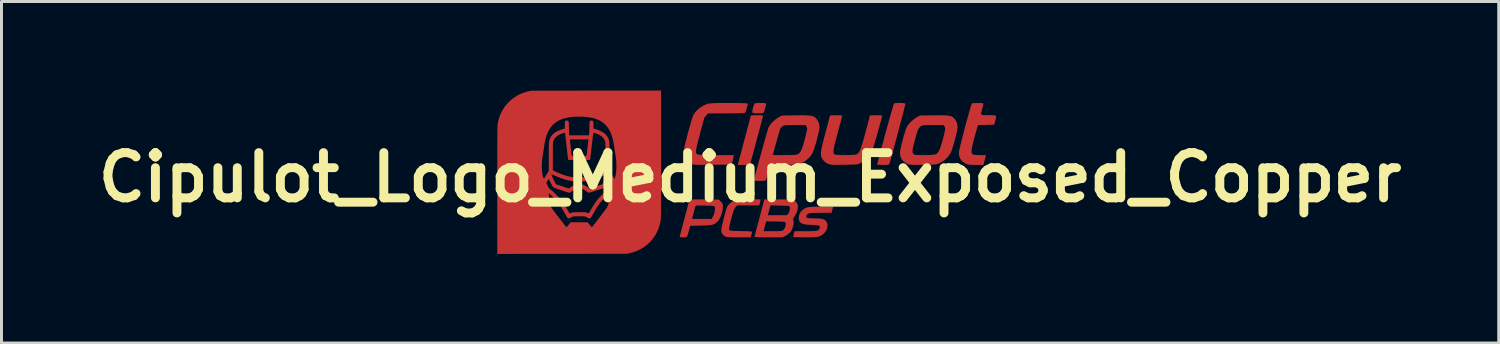
<source format=kicad_pcb>
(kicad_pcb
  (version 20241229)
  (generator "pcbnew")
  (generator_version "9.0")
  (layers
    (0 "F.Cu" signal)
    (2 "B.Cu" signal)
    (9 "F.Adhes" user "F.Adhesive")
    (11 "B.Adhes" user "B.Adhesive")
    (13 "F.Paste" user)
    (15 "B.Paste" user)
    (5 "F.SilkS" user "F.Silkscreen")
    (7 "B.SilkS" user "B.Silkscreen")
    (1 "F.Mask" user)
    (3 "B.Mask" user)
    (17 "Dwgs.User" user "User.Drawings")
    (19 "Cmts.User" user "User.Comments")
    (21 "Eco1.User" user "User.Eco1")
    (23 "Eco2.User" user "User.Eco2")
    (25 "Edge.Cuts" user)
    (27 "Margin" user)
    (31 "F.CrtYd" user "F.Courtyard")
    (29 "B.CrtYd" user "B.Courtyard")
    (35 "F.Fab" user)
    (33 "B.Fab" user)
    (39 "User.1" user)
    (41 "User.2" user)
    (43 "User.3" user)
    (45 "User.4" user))
  (footprint "Cipulot_Logo_Medium_Exposed_Copper"
    (layer "F.Cu")
    (at 22.214 2.925)
    (property "Reference" "Cipulot_Logo_Medium_Exposed_Copper" (at 0 0 0) (layer "F.SilkS") (effects (font (size 1.524 1.524) (thickness 0.3))))
    (attr board_only exclude_from_pos_files exclude_from_bom)
    (fp_poly (pts (xy 0.398 -2.507) (xy 0.467 -2.502) (xy 0.519 -2.495) (xy 0.541 -2.486) (xy 0.541 -2.485) (xy 0.535 -2.444) (xy 0.52 -2.38) (xy 0.5 -2.309) (xy 0.479 -2.242) (xy 0.461 -2.195) (xy 0.454 -2.182) (xy 0.422 -2.168) (xy 0.364 -2.159) (xy 0.29 -2.155) (xy 0.212 -2.156) (xy 0.142 -2.162) (xy 0.092 -2.172) (xy 0.074 -2.185) (xy 0.073 -2.221) (xy 0.083 -2.281) (xy 0.099 -2.352) (xy 0.12 -2.42) (xy 0.141 -2.471) (xy 0.155 -2.492) (xy 0.188 -2.501) (xy 0.247 -2.506) (xy 0.321 -2.508)) (stroke (width 0) (type solid)) (fill yes) (layer "F.Cu"))
    (fp_poly (pts (xy 0.318 -2.093) (xy 0.386 -2.09) (xy 0.428 -2.086) (xy 0.437 -2.082) (xy 0.432 -2.058) (xy 0.418 -2) (xy 0.395 -1.912) (xy 0.365 -1.8) (xy 0.331 -1.669) (xy 0.292 -1.524) (xy 0.251 -1.371) (xy 0.209 -1.214) (xy 0.167 -1.06) (xy 0.127 -0.912) (xy 0.091 -0.778) (xy 0.059 -0.661) (xy 0.032 -0.567) (xy 0.014 -0.501) (xy 0.004 -0.468) (xy 0.003 -0.467) (xy -0.009 -0.445) (xy -0.028 -0.432) (xy -0.062 -0.424) (xy -0.122 -0.421) (xy -0.213 -0.42) (xy -0.215 -0.42) (xy -0.414 -0.42) (xy -0.401 -0.477) (xy -0.392 -0.509) (xy -0.375 -0.577) (xy -0.349 -0.675) (xy -0.316 -0.798) (xy -0.277 -0.943) (xy -0.235 -1.104) (xy -0.189 -1.276) (xy -0.181 -1.302) (xy -0.136 -1.474) (xy -0.094 -1.632) (xy -0.056 -1.774) (xy -0.024 -1.894) (xy 0.000297 -1.988) (xy 0.017 -2.052) (xy 0.024 -2.081) (xy 0.024 -2.082) (xy 0.043 -2.087) (xy 0.095 -2.091) (xy 0.171 -2.094) (xy 0.231 -2.094)) (stroke (width 0) (type solid)) (fill yes) (layer "F.Cu"))
    (fp_poly (pts (xy 5.09 -2.507) (xy 5.16 -2.502) (xy 5.211 -2.494) (xy 5.232 -2.484) (xy 5.232 -2.483) (xy 5.227 -2.458) (xy 5.212 -2.398) (xy 5.189 -2.307) (xy 5.159 -2.19) (xy 5.123 -2.053) (xy 5.083 -1.899) (xy 5.039 -1.733) (xy 4.993 -1.56) (xy 4.946 -1.385) (xy 4.9 -1.212) (xy 4.855 -1.047) (xy 4.814 -0.893) (xy 4.777 -0.756) (xy 4.745 -0.64) (xy 4.719 -0.549) (xy 4.702 -0.49) (xy 4.695 -0.467) (xy 4.683 -0.445) (xy 4.664 -0.431) (xy 4.628 -0.424) (xy 4.569 -0.421) (xy 4.478 -0.42) (xy 4.394 -0.422) (xy 4.328 -0.425) (xy 4.288 -0.431) (xy 4.282 -0.435) (xy 4.287 -0.463) (xy 4.302 -0.526) (xy 4.326 -0.619) (xy 4.356 -0.737) (xy 4.393 -0.876) (xy 4.435 -1.031) (xy 4.48 -1.198) (xy 4.527 -1.371) (xy 4.576 -1.547) (xy 4.624 -1.721) (xy 4.67 -1.888) (xy 4.714 -2.043) (xy 4.753 -2.183) (xy 4.788 -2.302) (xy 4.815 -2.396) (xy 4.835 -2.46) (xy 4.846 -2.49) (xy 4.847 -2.492) (xy 4.881 -2.501) (xy 4.94 -2.506) (xy 5.013 -2.508)) (stroke (width 0) (type solid)) (fill yes) (layer "F.Cu"))
    (fp_poly (pts (xy 0.239 0.738) (xy 0.308 0.741) (xy 0.348 0.745) (xy 0.355 0.749) (xy 0.35 0.774) (xy 0.338 0.825) (xy 0.332 0.852) (xy 0.309 0.944) (xy -0.063 0.944) (xy -0.434 0.944) (xy -0.49 1.001) (xy -0.514 1.031) (xy -0.537 1.075) (xy -0.561 1.139) (xy -0.59 1.228) (xy -0.623 1.35) (xy -0.636 1.397) (xy -0.672 1.536) (xy -0.695 1.639) (xy -0.708 1.711) (xy -0.709 1.754) (xy -0.705 1.769) (xy -0.692 1.781) (xy -0.666 1.79) (xy -0.621 1.796) (xy -0.552 1.801) (xy -0.453 1.804) (xy -0.319 1.807) (xy -0.31 1.807) (xy -0.159 1.81) (xy -0.048 1.815) (xy 0.025 1.822) (xy 0.061 1.831) (xy 0.065 1.836) (xy 0.06 1.869) (xy 0.046 1.923) (xy 0.042 1.939) (xy 0.018 2.018) (xy -0.387 2.018) (xy -0.529 2.018) (xy -0.635 2.017) (xy -0.713 2.014) (xy -0.768 2.008) (xy -0.808 2.001) (xy -0.837 1.99) (xy -0.858 1.978) (xy -0.928 1.92) (xy -0.963 1.848) (xy -0.972 1.775) (xy -0.966 1.728) (xy -0.952 1.651) (xy -0.93 1.551) (xy -0.903 1.438) (xy -0.873 1.321) (xy -0.843 1.208) (xy -0.814 1.108) (xy -0.789 1.03) (xy -0.77 0.982) (xy -0.77 0.982) (xy -0.721 0.916) (xy -0.648 0.849) (xy -0.566 0.793) (xy -0.495 0.761) (xy -0.455 0.755) (xy -0.386 0.749) (xy -0.294 0.744) (xy -0.187 0.74) (xy -0.073 0.738) (xy 0.041 0.736) (xy 0.147 0.736)) (stroke (width 0) (type solid)) (fill yes) (layer "F.Cu"))
    (fp_poly (pts (xy 7.77 -2.506) (xy 7.827 -2.5) (xy 7.854 -2.489) (xy 7.857 -2.481) (xy 7.852 -2.45) (xy 7.838 -2.39) (xy 7.818 -2.316) (xy 7.816 -2.306) (xy 7.792 -2.22) (xy 7.779 -2.161) (xy 7.783 -2.124) (xy 7.808 -2.104) (xy 7.861 -2.096) (xy 7.946 -2.094) (xy 8.033 -2.094) (xy 8.145 -2.094) (xy 8.22 -2.092) (xy 8.266 -2.081) (xy 8.285 -2.059) (xy 8.285 -2.019) (xy 8.27 -1.958) (xy 8.253 -1.898) (xy 8.218 -1.774) (xy 7.946 -1.768) (xy 7.674 -1.762) (xy 7.643 -1.655) (xy 7.584 -1.447) (xy 7.537 -1.276) (xy 7.502 -1.137) (xy 7.477 -1.026) (xy 7.463 -0.941) (xy 7.458 -0.877) (xy 7.462 -0.831) (xy 7.475 -0.799) (xy 7.496 -0.778) (xy 7.506 -0.771) (xy 7.543 -0.762) (xy 7.609 -0.756) (xy 7.695 -0.752) (xy 7.744 -0.751) (xy 7.944 -0.751) (xy 7.93 -0.694) (xy 7.916 -0.641) (xy 7.897 -0.569) (xy 7.885 -0.529) (xy 7.854 -0.42) (xy 7.602 -0.421) (xy 7.485 -0.422) (xy 7.399 -0.427) (xy 7.336 -0.437) (xy 7.286 -0.452) (xy 7.268 -0.459) (xy 7.156 -0.53) (xy 7.08 -0.624) (xy 7.038 -0.738) (xy 7.03 -0.826) (xy 7.035 -0.865) (xy 7.05 -0.938) (xy 7.073 -1.038) (xy 7.102 -1.16) (xy 7.137 -1.299) (xy 7.175 -1.45) (xy 7.216 -1.608) (xy 7.258 -1.768) (xy 7.3 -1.924) (xy 7.341 -2.071) (xy 7.378 -2.204) (xy 7.412 -2.317) (xy 7.439 -2.407) (xy 7.46 -2.467) (xy 7.472 -2.492) (xy 7.472 -2.492) (xy 7.502 -2.499) (xy 7.563 -2.504) (xy 7.642 -2.507) (xy 7.676 -2.507)) (stroke (width 0) (type solid)) (fill yes) (layer "F.Cu"))
    (fp_poly (pts (xy -1.644 0.74) (xy -1.547 0.741) (xy -1.051 0.747) (xy -0.984 0.815) (xy -0.943 0.862) (xy -0.923 0.907) (xy -0.917 0.969) (xy -0.917 0.991) (xy -0.928 1.106) (xy -0.957 1.227) (xy -1 1.34) (xy -1.051 1.433) (xy -1.082 1.47) (xy -1.133 1.519) (xy -1.18 1.555) (xy -1.229 1.581) (xy -1.289 1.599) (xy -1.366 1.61) (xy -1.467 1.617) (xy -1.601 1.621) (xy -1.653 1.622) (xy -2.018 1.63) (xy -2.052 1.757) (xy -2.081 1.863) (xy -2.102 1.936) (xy -2.121 1.982) (xy -2.142 2.007) (xy -2.169 2.017) (xy -2.209 2.019) (xy -2.251 2.018) (xy -2.316 2.016) (xy -2.36 2.01) (xy -2.373 2.002) (xy -2.368 1.979) (xy -2.353 1.921) (xy -2.331 1.833) (xy -2.301 1.72) (xy -2.266 1.586) (xy -2.226 1.438) (xy -2.216 1.398) (xy -1.957 1.398) (xy -1.627 1.398) (xy -1.298 1.398) (xy -1.26 1.335) (xy -1.23 1.272) (xy -1.205 1.194) (xy -1.188 1.113) (xy -1.181 1.042) (xy -1.186 0.994) (xy -1.189 0.988) (xy -1.203 0.974) (xy -1.231 0.965) (xy -1.279 0.958) (xy -1.353 0.953) (xy -1.458 0.95) (xy -1.521 0.948) (xy -1.642 0.947) (xy -1.727 0.947) (xy -1.784 0.949) (xy -1.818 0.955) (xy -1.836 0.964) (xy -1.844 0.978) (xy -1.844 0.979) (xy -1.854 1.015) (xy -1.872 1.079) (xy -1.894 1.161) (xy -1.906 1.207) (xy -1.957 1.398) (xy -2.216 1.398) (xy -2.208 1.37) (xy -2.167 1.217) (xy -2.13 1.078) (xy -2.098 0.956) (xy -2.072 0.858) (xy -2.053 0.787) (xy -2.044 0.749) (xy -2.043 0.744) (xy -2.023 0.742) (xy -1.967 0.74) (xy -1.882 0.74) (xy -1.772 0.739)) (stroke (width 0) (type solid)) (fill yes) (layer "F.Cu"))
    (fp_poly (pts (xy 2.785 1.032) (xy 2.77 1.089) (xy 2.759 1.135) (xy 2.747 1.192) (xy 2.376 1.192) (xy 2.23 1.193) (xy 2.12 1.196) (xy 2.04 1.202) (xy 1.984 1.212) (xy 1.946 1.228) (xy 1.921 1.25) (xy 1.905 1.273) (xy 1.889 1.315) (xy 1.893 1.345) (xy 1.924 1.363) (xy 1.985 1.374) (xy 2.081 1.378) (xy 2.129 1.378) (xy 2.23 1.38) (xy 2.325 1.385) (xy 2.401 1.393) (xy 2.432 1.398) (xy 2.517 1.435) (xy 2.574 1.495) (xy 2.604 1.571) (xy 2.607 1.658) (xy 2.584 1.747) (xy 2.535 1.834) (xy 2.461 1.911) (xy 2.378 1.964) (xy 2.34 1.982) (xy 2.304 1.996) (xy 2.265 2.006) (xy 2.216 2.012) (xy 2.15 2.016) (xy 2.06 2.018) (xy 1.939 2.018) (xy 1.859 2.018) (xy 1.734 2.018) (xy 1.625 2.016) (xy 1.537 2.014) (xy 1.477 2.011) (xy 1.451 2.008) (xy 1.45 2.007) (xy 1.455 1.982) (xy 1.466 1.931) (xy 1.473 1.904) (xy 1.496 1.812) (xy 1.867 1.812) (xy 2.014 1.811) (xy 2.125 1.808) (xy 2.206 1.802) (xy 2.262 1.791) (xy 2.299 1.774) (xy 2.322 1.751) (xy 2.338 1.72) (xy 2.339 1.718) (xy 2.352 1.677) (xy 2.35 1.647) (xy 2.329 1.627) (xy 2.283 1.615) (xy 2.206 1.607) (xy 2.095 1.602) (xy 2.074 1.601) (xy 1.925 1.593) (xy 1.812 1.576) (xy 1.732 1.548) (xy 1.679 1.508) (xy 1.649 1.452) (xy 1.637 1.378) (xy 1.637 1.357) (xy 1.656 1.246) (xy 1.713 1.149) (xy 1.784 1.083) (xy 1.831 1.051) (xy 1.879 1.027) (xy 1.935 1.009) (xy 2.004 0.997) (xy 2.094 0.99) (xy 2.211 0.986) (xy 2.361 0.985) (xy 2.396 0.985) (xy 2.798 0.985)) (stroke (width 0) (type solid)) (fill yes) (layer "F.Cu"))
    (fp_poly (pts (xy -0.63 -2.507) (xy -0.492 -2.506) (xy -0.364 -2.504) (xy -0.253 -2.501) (xy -0.165 -2.497) (xy -0.105 -2.492) (xy -0.08 -2.486) (xy -0.079 -2.485) (xy -0.085 -2.444) (xy -0.1 -2.38) (xy -0.12 -2.309) (xy -0.141 -2.242) (xy -0.159 -2.195) (xy -0.166 -2.182) (xy -0.183 -2.174) (xy -0.221 -2.168) (xy -0.285 -2.163) (xy -0.376 -2.16) (xy -0.5 -2.158) (xy -0.659 -2.157) (xy -0.803 -2.156) (xy -1.418 -2.156) (xy -1.482 -2.083) (xy -1.52 -2.039) (xy -1.543 -2.008) (xy -1.547 -2.002) (xy -1.552 -1.98) (xy -1.566 -1.924) (xy -1.589 -1.839) (xy -1.618 -1.729) (xy -1.653 -1.6) (xy -1.691 -1.458) (xy -1.692 -1.452) (xy -1.74 -1.274) (xy -1.776 -1.131) (xy -1.802 -1.02) (xy -1.817 -0.935) (xy -1.823 -0.873) (xy -1.819 -0.83) (xy -1.806 -0.801) (xy -1.784 -0.782) (xy -1.76 -0.77) (xy -1.727 -0.765) (xy -1.658 -0.761) (xy -1.559 -0.757) (xy -1.437 -0.754) (xy -1.296 -0.752) (xy -1.144 -0.751) (xy -1.129 -0.751) (xy -0.549 -0.751) (xy -0.562 -0.67) (xy -0.578 -0.592) (xy -0.6 -0.514) (xy -0.601 -0.51) (xy -0.627 -0.431) (xy -1.278 -0.426) (xy -1.461 -0.424) (xy -1.608 -0.424) (xy -1.723 -0.425) (xy -1.811 -0.426) (xy -1.877 -0.43) (xy -1.925 -0.435) (xy -1.962 -0.441) (xy -1.99 -0.45) (xy -2.012 -0.459) (xy -2.123 -0.53) (xy -2.2 -0.624) (xy -2.241 -0.738) (xy -2.249 -0.826) (xy -2.244 -0.873) (xy -2.228 -0.952) (xy -2.204 -1.058) (xy -2.174 -1.183) (xy -2.139 -1.322) (xy -2.102 -1.467) (xy -2.063 -1.611) (xy -2.024 -1.749) (xy -1.988 -1.873) (xy -1.956 -1.977) (xy -1.93 -2.054) (xy -1.915 -2.09) (xy -1.836 -2.212) (xy -1.725 -2.321) (xy -1.593 -2.41) (xy -1.448 -2.473) (xy -1.398 -2.486) (xy -1.351 -2.492) (xy -1.274 -2.497) (xy -1.171 -2.502) (xy -1.05 -2.505) (xy -0.915 -2.507) (xy -0.773 -2.507)) (stroke (width 0) (type solid)) (fill yes) (layer "F.Cu"))
    (fp_poly (pts (xy 0.878 0.74) (xy 0.973 0.741) (xy 1.468 0.747) (xy 1.531 0.808) (xy 1.575 0.864) (xy 1.604 0.925) (xy 1.607 0.937) (xy 1.609 1.03) (xy 1.586 1.136) (xy 1.543 1.24) (xy 1.504 1.302) (xy 1.465 1.357) (xy 1.451 1.396) (xy 1.455 1.433) (xy 1.459 1.445) (xy 1.468 1.516) (xy 1.457 1.606) (xy 1.431 1.703) (xy 1.391 1.791) (xy 1.372 1.821) (xy 1.31 1.888) (xy 1.227 1.948) (xy 1.205 1.961) (xy 1.094 2.018) (xy 0.621 2.018) (xy 0.486 2.018) (xy 0.366 2.016) (xy 0.267 2.013) (xy 0.195 2.009) (xy 0.154 2.005) (xy 0.148 2.002) (xy 0.153 1.979) (xy 0.168 1.921) (xy 0.191 1.833) (xy 0.196 1.812) (xy 0.454 1.812) (xy 0.767 1.812) (xy 0.887 1.812) (xy 0.973 1.81) (xy 1.032 1.806) (xy 1.072 1.8) (xy 1.098 1.789) (xy 1.119 1.773) (xy 1.129 1.762) (xy 1.172 1.697) (xy 1.197 1.614) (xy 1.199 1.534) (xy 1.199 1.53) (xy 1.193 1.515) (xy 1.177 1.505) (xy 1.146 1.497) (xy 1.094 1.492) (xy 1.014 1.489) (xy 0.9 1.486) (xy 0.868 1.486) (xy 0.544 1.48) (xy 0.513 1.589) (xy 0.492 1.663) (xy 0.474 1.729) (xy 0.468 1.755) (xy 0.454 1.812) (xy 0.196 1.812) (xy 0.22 1.72) (xy 0.256 1.586) (xy 0.295 1.438) (xy 0.313 1.37) (xy 0.339 1.274) (xy 0.598 1.274) (xy 0.919 1.274) (xy 1.24 1.274) (xy 1.283 1.221) (xy 1.318 1.158) (xy 1.339 1.086) (xy 1.343 1.021) (xy 1.332 0.987) (xy 1.317 0.974) (xy 1.288 0.964) (xy 1.239 0.957) (xy 1.162 0.953) (xy 1.053 0.95) (xy 1 0.948) (xy 0.689 0.943) (xy 0.657 1.052) (xy 0.637 1.125) (xy 0.619 1.191) (xy 0.612 1.218) (xy 0.598 1.274) (xy 0.339 1.274) (xy 0.354 1.217) (xy 0.392 1.078) (xy 0.424 0.956) (xy 0.45 0.858) (xy 0.468 0.787) (xy 0.478 0.749) (xy 0.479 0.744) (xy 0.499 0.742) (xy 0.554 0.74) (xy 0.639 0.74) (xy 0.749 0.739)) (stroke (width 0) (type solid)) (fill yes) (layer "F.Cu"))
    (fp_poly (pts (xy 6.489 -2.092) (xy 6.594 -2.088) (xy 6.675 -2.08) (xy 6.737 -2.068) (xy 6.786 -2.051) (xy 6.827 -2.028) (xy 6.854 -2.008) (xy 6.917 -1.936) (xy 6.964 -1.839) (xy 6.987 -1.733) (xy 6.988 -1.702) (xy 6.982 -1.641) (xy 6.966 -1.55) (xy 6.94 -1.437) (xy 6.909 -1.312) (xy 6.874 -1.183) (xy 6.838 -1.059) (xy 6.802 -0.949) (xy 6.771 -0.861) (xy 6.747 -0.809) (xy 6.659 -0.685) (xy 6.54 -0.575) (xy 6.401 -0.489) (xy 6.393 -0.486) (xy 6.354 -0.468) (xy 6.317 -0.454) (xy 6.277 -0.444) (xy 6.228 -0.437) (xy 6.162 -0.432) (xy 6.074 -0.429) (xy 5.957 -0.427) (xy 5.821 -0.425) (xy 5.67 -0.424) (xy 5.554 -0.423) (xy 5.467 -0.425) (xy 5.404 -0.429) (xy 5.357 -0.435) (xy 5.321 -0.444) (xy 5.29 -0.456) (xy 5.284 -0.459) (xy 5.172 -0.531) (xy 5.095 -0.624) (xy 5.054 -0.739) (xy 5.046 -0.828) (xy 5.051 -0.872) (xy 5.47 -0.872) (xy 5.479 -0.819) (xy 5.501 -0.785) (xy 5.518 -0.772) (xy 5.556 -0.763) (xy 5.626 -0.756) (xy 5.719 -0.752) (xy 5.827 -0.751) (xy 5.939 -0.752) (xy 6.047 -0.756) (xy 6.142 -0.762) (xy 6.215 -0.77) (xy 6.253 -0.78) (xy 6.297 -0.807) (xy 6.337 -0.853) (xy 6.375 -0.922) (xy 6.413 -1.019) (xy 6.453 -1.148) (xy 6.498 -1.312) (xy 6.506 -1.342) (xy 6.535 -1.46) (xy 6.555 -1.546) (xy 6.567 -1.605) (xy 6.571 -1.645) (xy 6.567 -1.673) (xy 6.557 -1.695) (xy 6.549 -1.709) (xy 6.513 -1.764) (xy 6.153 -1.764) (xy 6.019 -1.764) (xy 5.913 -1.762) (xy 5.83 -1.753) (xy 5.767 -1.734) (xy 5.717 -1.7) (xy 5.677 -1.647) (xy 5.642 -1.57) (xy 5.608 -1.466) (xy 5.57 -1.331) (xy 5.532 -1.189) (xy 5.497 -1.051) (xy 5.476 -0.947) (xy 5.47 -0.872) (xy 5.051 -0.872) (xy 5.052 -0.882) (xy 5.068 -0.967) (xy 5.092 -1.074) (xy 5.122 -1.194) (xy 5.155 -1.32) (xy 5.19 -1.441) (xy 5.223 -1.551) (xy 5.253 -1.639) (xy 5.275 -1.694) (xy 5.333 -1.784) (xy 5.419 -1.878) (xy 5.52 -1.965) (xy 5.612 -2.025) (xy 5.718 -2.084) (xy 6.183 -2.091) (xy 6.354 -2.092)) (stroke (width 0) (type solid)) (fill yes) (layer "F.Cu"))
    (fp_poly (pts (xy 4.327 -2.093) (xy 4.396 -2.09) (xy 4.438 -2.086) (xy 4.447 -2.082) (xy 4.441 -2.047) (xy 4.425 -1.98) (xy 4.401 -1.885) (xy 4.369 -1.769) (xy 4.333 -1.638) (xy 4.293 -1.499) (xy 4.253 -1.357) (xy 4.212 -1.219) (xy 4.174 -1.091) (xy 4.139 -0.98) (xy 4.111 -0.89) (xy 4.09 -0.83) (xy 4.08 -0.807) (xy 3.993 -0.686) (xy 3.877 -0.577) (xy 3.741 -0.492) (xy 3.727 -0.486) (xy 3.687 -0.468) (xy 3.651 -0.454) (xy 3.611 -0.444) (xy 3.562 -0.437) (xy 3.496 -0.432) (xy 3.408 -0.429) (xy 3.291 -0.427) (xy 3.155 -0.425) (xy 3.004 -0.424) (xy 2.888 -0.423) (xy 2.801 -0.425) (xy 2.738 -0.429) (xy 2.691 -0.435) (xy 2.655 -0.444) (xy 2.624 -0.456) (xy 2.618 -0.459) (xy 2.522 -0.519) (xy 2.445 -0.599) (xy 2.402 -0.675) (xy 2.389 -0.719) (xy 2.383 -0.769) (xy 2.385 -0.832) (xy 2.394 -0.91) (xy 2.413 -1.009) (xy 2.441 -1.134) (xy 2.48 -1.288) (xy 2.53 -1.477) (xy 2.535 -1.496) (xy 2.575 -1.644) (xy 2.611 -1.778) (xy 2.641 -1.894) (xy 2.666 -1.987) (xy 2.682 -2.051) (xy 2.69 -2.082) (xy 2.69 -2.083) (xy 2.709 -2.088) (xy 2.761 -2.092) (xy 2.837 -2.094) (xy 2.897 -2.094) (xy 2.984 -2.093) (xy 3.052 -2.091) (xy 3.095 -2.087) (xy 3.104 -2.083) (xy 3.098 -2.061) (xy 3.084 -2.004) (xy 3.061 -1.918) (xy 3.032 -1.807) (xy 2.997 -1.676) (xy 2.958 -1.531) (xy 2.947 -1.492) (xy 2.899 -1.309) (xy 2.861 -1.161) (xy 2.833 -1.044) (xy 2.816 -0.955) (xy 2.808 -0.889) (xy 2.808 -0.841) (xy 2.817 -0.808) (xy 2.834 -0.786) (xy 2.856 -0.771) (xy 2.893 -0.763) (xy 2.962 -0.757) (xy 3.054 -0.753) (xy 3.16 -0.751) (xy 3.271 -0.752) (xy 3.378 -0.755) (xy 3.471 -0.76) (xy 3.542 -0.767) (xy 3.576 -0.774) (xy 3.611 -0.791) (xy 3.643 -0.818) (xy 3.673 -0.86) (xy 3.704 -0.921) (xy 3.736 -1.004) (xy 3.772 -1.113) (xy 3.814 -1.253) (xy 3.862 -1.428) (xy 3.887 -1.519) (xy 3.925 -1.664) (xy 3.96 -1.795) (xy 3.989 -1.907) (xy 4.012 -1.996) (xy 4.027 -2.056) (xy 4.034 -2.082) (xy 4.034 -2.082) (xy 4.053 -2.087) (xy 4.105 -2.091) (xy 4.18 -2.094) (xy 4.24 -2.094)) (stroke (width 0) (type solid)) (fill yes) (layer "F.Cu"))
    (fp_poly (pts (xy 1.839 -2.092) (xy 1.944 -2.088) (xy 2.025 -2.08) (xy 2.087 -2.068) (xy 2.136 -2.051) (xy 2.177 -2.028) (xy 2.204 -2.008) (xy 2.267 -1.936) (xy 2.314 -1.839) (xy 2.337 -1.733) (xy 2.338 -1.702) (xy 2.332 -1.641) (xy 2.315 -1.55) (xy 2.29 -1.437) (xy 2.259 -1.312) (xy 2.224 -1.183) (xy 2.187 -1.059) (xy 2.152 -0.949) (xy 2.12 -0.861) (xy 2.097 -0.809) (xy 2.009 -0.685) (xy 1.89 -0.575) (xy 1.751 -0.489) (xy 1.743 -0.486) (xy 1.704 -0.468) (xy 1.668 -0.454) (xy 1.629 -0.444) (xy 1.581 -0.437) (xy 1.517 -0.432) (xy 1.431 -0.429) (xy 1.317 -0.427) (xy 1.168 -0.424) (xy 1.15 -0.424) (xy 0.674 -0.418) (xy 0.615 -0.186) (xy 0.59 -0.091) (xy 0.566 -0.008) (xy 0.548 0.053) (xy 0.537 0.081) (xy 0.522 0.098) (xy 0.494 0.109) (xy 0.444 0.115) (xy 0.364 0.117) (xy 0.323 0.117) (xy 0.239 0.116) (xy 0.173 0.112) (xy 0.134 0.106) (xy 0.128 0.102) (xy 0.133 0.072) (xy 0.149 0.008) (xy 0.173 -0.085) (xy 0.204 -0.203) (xy 0.241 -0.341) (xy 0.282 -0.493) (xy 0.326 -0.655) (xy 0.355 -0.757) (xy 0.768 -0.757) (xy 0.788 -0.755) (xy 0.842 -0.754) (xy 0.925 -0.752) (xy 1.03 -0.751) (xy 1.151 -0.751) (xy 1.151 -0.751) (xy 1.306 -0.752) (xy 1.424 -0.755) (xy 1.51 -0.761) (xy 1.57 -0.77) (xy 1.603 -0.78) (xy 1.647 -0.807) (xy 1.686 -0.853) (xy 1.725 -0.922) (xy 1.763 -1.019) (xy 1.803 -1.148) (xy 1.848 -1.312) (xy 1.855 -1.342) (xy 1.885 -1.46) (xy 1.905 -1.546) (xy 1.917 -1.605) (xy 1.92 -1.645) (xy 1.917 -1.673) (xy 1.907 -1.695) (xy 1.898 -1.709) (xy 1.863 -1.764) (xy 1.504 -1.764) (xy 1.373 -1.763) (xy 1.277 -1.762) (xy 1.208 -1.758) (xy 1.161 -1.753) (xy 1.129 -1.744) (xy 1.105 -1.731) (xy 1.091 -1.721) (xy 1.046 -1.679) (xy 1.016 -1.639) (xy 1.006 -1.612) (xy 0.988 -1.553) (xy 0.963 -1.468) (xy 0.934 -1.366) (xy 0.902 -1.253) (xy 0.869 -1.137) (xy 0.838 -1.025) (xy 0.81 -0.923) (xy 0.788 -0.84) (xy 0.773 -0.782) (xy 0.768 -0.757) (xy 0.355 -0.757) (xy 0.372 -0.82) (xy 0.418 -0.985) (xy 0.463 -1.145) (xy 0.505 -1.293) (xy 0.543 -1.426) (xy 0.575 -1.537) (xy 0.601 -1.623) (xy 0.618 -1.677) (xy 0.625 -1.693) (xy 0.683 -1.785) (xy 0.77 -1.879) (xy 0.871 -1.966) (xy 0.962 -2.025) (xy 1.068 -2.084) (xy 1.533 -2.091) (xy 1.704 -2.092)) (stroke (width 0) (type solid)) (fill yes) (layer "F.Cu"))
    (fp_poly (pts (xy -3 -0.785) (xy -3 -0.567) (xy -3 -0.364) (xy -3 -0.175) (xy -3 0) (xy -3 0.162) (xy -3 0.311) (xy -3 0.449) (xy -3.001 0.574) (xy -3.001 0.689) (xy -3.001 0.793) (xy -3.001 0.887) (xy -3.002 0.971) (xy -3.002 1.047) (xy -3.003 1.114) (xy -3.003 1.173) (xy -3.004 1.224) (xy -3.004 1.269) (xy -3.005 1.307) (xy -3.006 1.339) (xy -3.007 1.366) (xy -3.008 1.388) (xy -3.008 1.406) (xy -3.009 1.42) (xy -3.011 1.43) (xy -3.011 1.433) (xy -3.038 1.574) (xy -3.079 1.708) (xy -3.133 1.836) (xy -3.199 1.956) (xy -3.277 2.067) (xy -3.365 2.17) (xy -3.464 2.263) (xy -3.573 2.346) (xy -3.691 2.417) (xy -3.818 2.478) (xy -3.952 2.525) (xy -4.069 2.555) (xy -4.152 2.573) (xy -6.334 2.575) (xy -8.516 2.577) (xy -8.516 0.549) (xy -6.78 0.549) (xy -6.78 0.571) (xy -6.778 0.602) (xy -6.775 0.641) (xy -6.771 0.684) (xy -6.767 0.729) (xy -6.762 0.773) (xy -6.758 0.814) (xy -6.753 0.849) (xy -6.749 0.875) (xy -6.747 0.884) (xy -6.74 0.908) (xy -6.733 0.932) (xy -6.723 0.956) (xy -6.71 0.982) (xy -6.693 1.011) (xy -6.672 1.044) (xy -6.646 1.082) (xy -6.614 1.127) (xy -6.575 1.179) (xy -6.529 1.24) (xy -6.474 1.311) (xy -6.432 1.365) (xy -6.385 1.425) (xy -6.341 1.482) (xy -6.301 1.533) (xy -6.265 1.579) (xy -6.235 1.617) (xy -6.211 1.647) (xy -6.194 1.668) (xy -6.186 1.678) (xy -6.185 1.679) (xy -6.179 1.674) (xy -6.166 1.658) (xy -6.146 1.636) (xy -6.122 1.607) (xy -6.113 1.595) (xy -6.043 1.512) (xy -5.758 1.512) (xy -5.473 1.512) (xy -5.403 1.596) (xy -5.375 1.629) (xy -5.355 1.652) (xy -5.34 1.666) (xy -5.331 1.672) (xy -5.325 1.671) (xy -5.323 1.67) (xy -5.312 1.657) (xy -5.293 1.634) (xy -5.267 1.601) (xy -5.235 1.561) (xy -5.199 1.514) (xy -5.16 1.463) (xy -5.118 1.409) (xy -5.075 1.352) (xy -5.032 1.296) (xy -4.99 1.24) (xy -4.949 1.186) (xy -4.913 1.137) (xy -4.88 1.093) (xy -4.853 1.056) (xy -4.832 1.027) (xy -4.819 1.008) (xy -4.815 1.002) (xy -4.796 0.963) (xy -4.782 0.924) (xy -4.771 0.883) (xy -4.762 0.834) (xy -4.755 0.775) (xy -4.754 0.77) (xy -4.747 0.7) (xy -4.742 0.644) (xy -4.738 0.602) (xy -4.737 0.571) (xy -4.737 0.55) (xy -4.739 0.54) (xy -4.742 0.538) (xy -4.749 0.543) (xy -4.766 0.557) (xy -4.79 0.58) (xy -4.82 0.608) (xy -4.854 0.641) (xy -4.874 0.661) (xy -4.934 0.722) (xy -4.988 0.782) (xy -5.038 0.841) (xy -5.086 0.904) (xy -5.133 0.97) (xy -5.18 1.044) (xy -5.23 1.126) (xy -5.283 1.22) (xy -5.308 1.265) (xy -5.327 1.3) (xy -5.345 1.33) (xy -5.359 1.352) (xy -5.368 1.365) (xy -5.369 1.367) (xy -5.395 1.378) (xy -5.425 1.378) (xy -5.457 1.366) (xy -5.461 1.364) (xy -5.486 1.348) (xy -5.507 1.336) (xy -5.526 1.326) (xy -5.546 1.32) (xy -5.568 1.315) (xy -5.595 1.312) (xy -5.629 1.311) (xy -5.673 1.31) (xy -5.729 1.31) (xy -5.758 1.31) (xy -5.819 1.31) (xy -5.868 1.31) (xy -5.906 1.311) (xy -5.935 1.313) (xy -5.959 1.317) (xy -5.979 1.322) (xy -5.998 1.33) (xy -6.018 1.341) (xy -6.042 1.355) (xy -6.057 1.364) (xy -6.09 1.378) (xy -6.12 1.379) (xy -6.145 1.367) (xy -6.152 1.361) (xy -6.159 1.351) (xy -6.172 1.329) (xy -6.19 1.299) (xy -6.211 1.261) (xy -6.235 1.22) (xy -6.241 1.207) (xy -6.304 1.099) (xy -6.363 1.002) (xy -6.422 0.916) (xy -6.482 0.836) (xy -6.545 0.761) (xy -6.606 0.695) (xy -6.642 0.659) (xy -6.676 0.625) (xy -6.708 0.595) (xy -6.737 0.57) (xy -6.759 0.551) (xy -6.774 0.541) (xy -6.779 0.54) (xy -6.78 0.549) (xy -8.516 0.549) (xy -8.516 0.441) (xy -8.516 0.19) (xy -8.516 0.182) (xy -6.866 0.182) (xy -6.84 0.232) (xy -6.825 0.263) (xy -6.812 0.293) (xy -6.804 0.315) (xy -6.798 0.331) (xy -6.789 0.345) (xy -6.774 0.362) (xy -6.751 0.382) (xy -6.721 0.406) (xy -6.679 0.441) (xy -6.631 0.484) (xy -6.58 0.534) (xy -6.527 0.586) (xy -6.477 0.638) (xy -6.43 0.688) (xy -6.392 0.733) (xy -6.371 0.758) (xy -6.257 0.918) (xy -6.157 1.082) (xy -6.132 1.127) (xy -6.113 1.161) (xy -6.099 1.185) (xy -6.089 1.2) (xy -6.082 1.209) (xy -6.077 1.213) (xy -6.073 1.213) (xy -6.068 1.211) (xy -6.068 1.211) (xy -6.054 1.205) (xy -6.031 1.197) (xy -6.013 1.19) (xy -6 1.185) (xy -5.986 1.181) (xy -5.971 1.178) (xy -5.951 1.176) (xy -5.925 1.175) (xy -5.89 1.174) (xy -5.846 1.173) (xy -5.789 1.173) (xy -5.758 1.173) (xy -5.545 1.173) (xy -5.492 1.194) (xy -5.472 1.202) (xy -5.457 1.207) (xy -5.446 1.209) (xy -5.435 1.205) (xy -5.425 1.194) (xy -5.412 1.176) (xy -5.395 1.147) (xy -5.374 1.108) (xy -5.361 1.086) (xy -5.29 0.965) (xy -5.218 0.856) (xy -5.143 0.755) (xy -5.108 0.713) (xy -5.064 0.665) (xy -5.015 0.612) (xy -4.962 0.559) (xy -4.908 0.507) (xy -4.858 0.459) (xy -4.812 0.42) (xy -4.791 0.402) (xy -4.76 0.377) (xy -4.738 0.358) (xy -4.725 0.342) (xy -4.716 0.327) (xy -4.712 0.315) (xy -4.704 0.292) (xy -4.691 0.261) (xy -4.676 0.232) (xy -4.65 0.182) (xy -4.686 0.122) (xy -4.702 0.095) (xy -4.716 0.073) (xy -4.725 0.058) (xy -4.728 0.056) (xy -4.732 0.06) (xy -4.743 0.076) (xy -4.758 0.102) (xy -4.777 0.136) (xy -4.797 0.176) (xy -4.803 0.186) (xy -4.825 0.229) (xy -4.846 0.268) (xy -4.865 0.301) (xy -4.88 0.325) (xy -4.89 0.338) (xy -4.891 0.339) (xy -4.903 0.345) (xy -4.928 0.355) (xy -4.963 0.368) (xy -5.007 0.384) (xy -5.056 0.401) (xy -5.11 0.419) (xy -5.165 0.437) (xy -5.221 0.455) (xy -5.274 0.472) (xy -5.322 0.487) (xy -5.364 0.499) (xy -5.397 0.509) (xy -5.42 0.514) (xy -5.428 0.515) (xy -5.443 0.513) (xy -5.46 0.506) (xy -5.481 0.493) (xy -5.51 0.471) (xy -5.517 0.466) (xy -5.549 0.442) (xy -5.582 0.42) (xy -5.612 0.402) (xy -5.623 0.396) (xy -5.643 0.386) (xy -5.66 0.38) (xy -5.68 0.377) (xy -5.704 0.375) (xy -5.739 0.374) (xy -5.758 0.374) (xy -5.798 0.374) (xy -5.826 0.376) (xy -5.848 0.378) (xy -5.865 0.383) (xy -5.884 0.391) (xy -5.893 0.396) (xy -5.919 0.41) (xy -5.951 0.431) (xy -5.984 0.455) (xy -5.999 0.466) (xy -6.03 0.489) (xy -6.052 0.504) (xy -6.07 0.512) (xy -6.085 0.515) (xy -6.088 0.515) (xy -6.104 0.512) (xy -6.132 0.505) (xy -6.169 0.495) (xy -6.215 0.481) (xy -6.265 0.465) (xy -6.32 0.447) (xy -6.375 0.429) (xy -6.431 0.41) (xy -6.483 0.391) (xy -6.531 0.374) (xy -6.572 0.359) (xy -6.604 0.346) (xy -6.626 0.336) (xy -6.633 0.331) (xy -6.642 0.319) (xy -6.656 0.295) (xy -6.674 0.263) (xy -6.695 0.225) (xy -6.717 0.183) (xy -6.717 0.181) (xy -6.738 0.141) (xy -6.756 0.107) (xy -6.772 0.079) (xy -6.783 0.062) (xy -6.789 0.056) (xy -6.789 0.056) (xy -6.795 0.065) (xy -6.807 0.084) (xy -6.822 0.109) (xy -6.83 0.122) (xy -6.866 0.182) (xy -8.516 0.182) (xy -8.516 -0.046) (xy -8.516 -0.267) (xy -8.516 -0.386) (xy -7.016 -0.386) (xy -7.013 -0.29) (xy -7.01 -0.254) (xy -7.004 -0.178) (xy -6.996 -0.115) (xy -6.986 -0.063) (xy -6.974 -0.018) (xy -6.963 0.011) (xy -6.954 0.033) (xy -6.947 0.043) (xy -6.942 0.043) (xy -6.938 0.038) (xy -6.931 0.027) (xy -6.918 0.006) (xy -6.9 -0.024) (xy -6.878 -0.06) (xy -6.857 -0.095) (xy -6.689 -0.095) (xy -6.684 -0.072) (xy -6.672 -0.04) (xy -6.655 0.001) (xy -6.634 0.048) (xy -6.608 0.099) (xy -6.607 0.102) (xy -6.541 0.229) (xy -6.324 0.303) (xy -6.27 0.321) (xy -6.22 0.337) (xy -6.176 0.351) (xy -6.141 0.362) (xy -6.115 0.369) (xy -6.102 0.372) (xy -6.1 0.372) (xy -6.091 0.365) (xy -6.073 0.352) (xy -6.056 0.338) (xy -6.032 0.322) (xy -6 0.302) (xy -5.965 0.283) (xy -5.954 0.277) (xy -5.889 0.245) (xy -5.759 0.245) (xy -5.629 0.245) (xy -5.564 0.276) (xy -5.529 0.295) (xy -5.492 0.316) (xy -5.461 0.337) (xy -5.455 0.342) (xy -5.411 0.376) (xy -5.298 0.339) (xy -5.21 0.31) (xy -5.136 0.285) (xy -5.076 0.265) (xy -5.03 0.249) (xy -4.998 0.237) (xy -4.981 0.23) (xy -4.977 0.228) (xy -4.972 0.219) (xy -4.961 0.2) (xy -4.946 0.171) (xy -4.928 0.135) (xy -4.907 0.096) (xy -4.881 0.042) (xy -4.858 -0.006) (xy -4.842 -0.046) (xy -4.831 -0.077) (xy -4.827 -0.098) (xy -4.828 -0.106) (xy -4.836 -0.104) (xy -4.854 -0.097) (xy -4.881 -0.086) (xy -4.912 -0.072) (xy -5.011 -0.027) (xy -5.114 0.014) (xy -5.215 0.05) (xy -5.312 0.081) (xy -5.401 0.105) (xy -5.453 0.116) (xy -5.49 0.122) (xy -5.538 0.126) (xy -5.596 0.129) (xy -5.66 0.132) (xy -5.727 0.133) (xy -5.795 0.133) (xy -5.86 0.132) (xy -5.919 0.13) (xy -5.97 0.127) (xy -6.006 0.123) (xy -6.118 0.102) (xy -6.238 0.07) (xy -6.366 0.027) (xy -6.501 -0.026) (xy -6.579 -0.06) (xy -6.616 -0.077) (xy -6.648 -0.091) (xy -6.672 -0.101) (xy -6.686 -0.106) (xy -6.688 -0.106) (xy -6.689 -0.095) (xy -6.857 -0.095) (xy -6.855 -0.099) (xy -6.781 -0.222) (xy -6.781 -0.241) (xy -6.645 -0.241) (xy -6.578 -0.208) (xy -6.442 -0.145) (xy -6.312 -0.094) (xy -6.187 -0.054) (xy -6.065 -0.025) (xy -5.942 -0.006) (xy -5.817 0.003) (xy -5.688 0.002) (xy -5.604 -0.003) (xy -5.515 -0.013) (xy -5.425 -0.029) (xy -5.331 -0.053) (xy -5.233 -0.085) (xy -5.127 -0.124) (xy -5.012 -0.173) (xy -4.946 -0.203) (xy -4.872 -0.238) (xy -4.872 -0.702) (xy -4.872 -0.798) (xy -4.872 -0.879) (xy -4.872 -0.949) (xy -4.872 -1.006) (xy -4.873 -1.054) (xy -4.873 -1.092) (xy -4.874 -1.123) (xy -4.876 -1.148) (xy -4.877 -1.167) (xy -4.879 -1.182) (xy -4.881 -1.194) (xy -4.884 -1.205) (xy -4.887 -1.214) (xy -4.912 -1.276) (xy -4.949 -1.331) (xy -4.996 -1.379) (xy -5.057 -1.421) (xy -5.13 -1.458) (xy -5.208 -1.487) (xy -5.238 -1.496) (xy -5.262 -1.503) (xy -5.277 -1.506) (xy -5.28 -1.506) (xy -5.282 -1.499) (xy -5.285 -1.477) (xy -5.289 -1.443) (xy -5.295 -1.397) (xy -5.301 -1.342) (xy -5.309 -1.278) (xy -5.317 -1.207) (xy -5.326 -1.13) (xy -5.336 -1.049) (xy -5.336 -1.048) (xy -5.345 -0.966) (xy -5.354 -0.889) (xy -5.362 -0.818) (xy -5.37 -0.755) (xy -5.376 -0.7) (xy -5.381 -0.654) (xy -5.385 -0.62) (xy -5.388 -0.598) (xy -5.389 -0.59) (xy -5.389 -0.59) (xy -5.396 -0.59) (xy -5.417 -0.59) (xy -5.451 -0.589) (xy -5.495 -0.589) (xy -5.549 -0.589) (xy -5.61 -0.589) (xy -5.678 -0.589) (xy -5.751 -0.589) (xy -5.758 -0.589) (xy -6.126 -0.589) (xy -6.131 -0.613) (xy -6.132 -0.626) (xy -6.135 -0.652) (xy -6.14 -0.69) (xy -6.146 -0.738) (xy -6.152 -0.794) (xy -6.159 -0.857) (xy -6.167 -0.925) (xy -6.173 -0.973) (xy -6.184 -1.076) (xy -6.194 -1.166) (xy -6.203 -1.242) (xy -6.208 -1.281) (xy -6.074 -1.281) (xy -6.07 -1.264) (xy -6.069 -1.252) (xy -6.066 -1.228) (xy -6.061 -1.192) (xy -6.056 -1.146) (xy -6.05 -1.093) (xy -6.044 -1.035) (xy -6.039 -0.996) (xy -6.032 -0.935) (xy -6.026 -0.879) (xy -6.021 -0.83) (xy -6.016 -0.789) (xy -6.012 -0.758) (xy -6.01 -0.74) (xy -6.009 -0.735) (xy -6.005 -0.732) (xy -5.994 -0.73) (xy -5.975 -0.728) (xy -5.946 -0.727) (xy -5.907 -0.727) (xy -5.856 -0.727) (xy -5.791 -0.727) (xy -5.757 -0.727) (xy -5.507 -0.729) (xy -5.479 -0.977) (xy -5.472 -1.038) (xy -5.466 -1.095) (xy -5.46 -1.146) (xy -5.455 -1.19) (xy -5.451 -1.224) (xy -5.448 -1.246) (xy -5.448 -1.252) (xy -5.444 -1.281) (xy -5.759 -1.281) (xy -6.074 -1.281) (xy -6.208 -1.281) (xy -6.21 -1.306) (xy -6.217 -1.359) (xy -6.222 -1.402) (xy -6.226 -1.436) (xy -6.229 -1.462) (xy -6.231 -1.481) (xy -6.233 -1.494) (xy -6.235 -1.502) (xy -6.236 -1.506) (xy -6.236 -1.507) (xy -6.245 -1.506) (xy -6.264 -1.501) (xy -6.291 -1.492) (xy -6.323 -1.481) (xy -6.356 -1.469) (xy -6.387 -1.457) (xy -6.413 -1.446) (xy -6.424 -1.441) (xy -6.489 -1.402) (xy -6.544 -1.356) (xy -6.587 -1.306) (xy -6.607 -1.273) (xy -6.614 -1.258) (xy -6.621 -1.244) (xy -6.626 -1.229) (xy -6.631 -1.213) (xy -6.634 -1.194) (xy -6.637 -1.17) (xy -6.64 -1.141) (xy -6.641 -1.106) (xy -6.643 -1.062) (xy -6.644 -1.009) (xy -6.644 -0.946) (xy -6.644 -0.871) (xy -6.644 -0.783) (xy -6.644 -0.702) (xy -6.645 -0.241) (xy -6.781 -0.241) (xy -6.781 -0.691) (xy -6.781 -0.794) (xy -6.781 -0.884) (xy -6.781 -0.961) (xy -6.78 -1.026) (xy -6.779 -1.082) (xy -6.777 -1.128) (xy -6.775 -1.167) (xy -6.772 -1.199) (xy -6.768 -1.226) (xy -6.763 -1.25) (xy -6.757 -1.271) (xy -6.75 -1.29) (xy -6.742 -1.31) (xy -6.732 -1.33) (xy -6.73 -1.334) (xy -6.7 -1.385) (xy -6.657 -1.436) (xy -6.607 -1.484) (xy -6.553 -1.524) (xy -6.542 -1.53) (xy -6.493 -1.556) (xy -6.434 -1.582) (xy -6.37 -1.607) (xy -6.305 -1.629) (xy -6.297 -1.631) (xy -6.242 -1.647) (xy -6.24 -1.765) (xy -6.239 -1.809) (xy -6.238 -1.842) (xy -6.236 -1.864) (xy -6.233 -1.879) (xy -6.229 -1.889) (xy -6.223 -1.896) (xy -6.22 -1.899) (xy -6.196 -1.913) (xy -6.168 -1.917) (xy -6.14 -1.909) (xy -6.123 -1.896) (xy -6.118 -1.889) (xy -6.114 -1.882) (xy -6.111 -1.872) (xy -6.108 -1.857) (xy -6.107 -1.835) (xy -6.105 -1.806) (xy -6.104 -1.766) (xy -6.102 -1.713) (xy -6.102 -1.675) (xy -6.1 -1.62) (xy -6.099 -1.568) (xy -6.097 -1.523) (xy -6.095 -1.485) (xy -6.094 -1.459) (xy -6.092 -1.446) (xy -6.087 -1.418) (xy -5.758 -1.418) (xy -5.429 -1.418) (xy -5.421 -1.49) (xy -5.418 -1.521) (xy -5.415 -1.563) (xy -5.413 -1.612) (xy -5.412 -1.665) (xy -5.412 -1.717) (xy -5.412 -1.77) (xy -5.411 -1.81) (xy -5.41 -1.839) (xy -5.409 -1.859) (xy -5.406 -1.873) (xy -5.403 -1.883) (xy -5.398 -1.89) (xy -5.397 -1.892) (xy -5.373 -1.911) (xy -5.346 -1.918) (xy -5.319 -1.913) (xy -5.296 -1.896) (xy -5.287 -1.883) (xy -5.281 -1.869) (xy -5.278 -1.848) (xy -5.276 -1.819) (xy -5.275 -1.778) (xy -5.275 -1.753) (xy -5.275 -1.647) (xy -5.243 -1.638) (xy -5.219 -1.631) (xy -5.188 -1.622) (xy -5.155 -1.611) (xy -5.154 -1.61) (xy -5.058 -1.573) (xy -4.976 -1.531) (xy -4.908 -1.484) (xy -4.851 -1.431) (xy -4.806 -1.37) (xy -4.771 -1.302) (xy -4.759 -1.27) (xy -4.739 -1.209) (xy -4.735 -0.71) (xy -4.731 -0.212) (xy -4.652 -0.082) (xy -4.628 -0.043) (xy -4.606 -0.008) (xy -4.589 0.02) (xy -4.577 0.04) (xy -4.571 0.049) (xy -4.571 0.049) (xy -4.567 0.045) (xy -4.56 0.029) (xy -4.551 0.005) (xy -4.542 -0.023) (xy -4.534 -0.053) (xy -4.527 -0.081) (xy -4.525 -0.088) (xy -4.521 -0.114) (xy -4.516 -0.151) (xy -4.511 -0.195) (xy -4.507 -0.243) (xy -4.506 -0.268) (xy -4.502 -0.414) (xy -4.509 -0.563) (xy -4.528 -0.718) (xy -4.536 -0.767) (xy -4.545 -0.819) (xy -4.554 -0.874) (xy -4.562 -0.926) (xy -4.569 -0.972) (xy -4.571 -0.988) (xy -4.591 -1.121) (xy -4.614 -1.241) (xy -4.641 -1.349) (xy -4.674 -1.446) (xy -4.711 -1.535) (xy -4.753 -1.615) (xy -4.802 -1.69) (xy -4.819 -1.712) (xy -4.886 -1.786) (xy -4.965 -1.852) (xy -5.055 -1.908) (xy -5.156 -1.955) (xy -5.268 -1.992) (xy -5.347 -2.011) (xy -5.445 -2.028) (xy -5.553 -2.039) (xy -5.668 -2.046) (xy -5.786 -2.047) (xy -5.902 -2.043) (xy -6.013 -2.035) (xy -6.115 -2.021) (xy -6.127 -2.019) (xy -6.244 -1.993) (xy -6.348 -1.96) (xy -6.442 -1.918) (xy -6.527 -1.868) (xy -6.603 -1.809) (xy -6.638 -1.776) (xy -6.702 -1.704) (xy -6.759 -1.621) (xy -6.808 -1.528) (xy -6.851 -1.424) (xy -6.886 -1.307) (xy -6.916 -1.178) (xy -6.939 -1.036) (xy -6.941 -1.018) (xy -6.948 -0.966) (xy -6.957 -0.908) (xy -6.966 -0.852) (xy -6.974 -0.802) (xy -6.975 -0.794) (xy -6.994 -0.68) (xy -7.007 -0.577) (xy -7.014 -0.48) (xy -7.016 -0.386) (xy -8.516 -0.386) (xy -8.516 -0.472) (xy -8.516 -0.662) (xy -8.515 -0.837) (xy -8.515 -0.997) (xy -8.515 -1.142) (xy -8.514 -1.272) (xy -8.514 -1.386) (xy -8.513 -1.486) (xy -8.512 -1.57) (xy -8.512 -1.639) (xy -8.511 -1.693) (xy -8.51 -1.731) (xy -8.509 -1.754) (xy -8.509 -1.761) (xy -8.484 -1.899) (xy -8.446 -2.032) (xy -8.394 -2.16) (xy -8.329 -2.282) (xy -8.253 -2.395) (xy -8.165 -2.501) (xy -8.066 -2.597) (xy -7.958 -2.683) (xy -7.84 -2.758) (xy -7.748 -2.805) (xy -7.643 -2.848) (xy -7.527 -2.884) (xy -7.46 -2.9) (xy -7.371 -2.921) (xy -5.185 -2.923) (xy -3 -2.925)) (stroke (width 0) (type solid)) (fill yes) (layer "F.Cu"))
    (fp_poly (pts (xy 0.398 -2.507) (xy 0.467 -2.502) (xy 0.519 -2.495) (xy 0.541 -2.486) (xy 0.541 -2.485) (xy 0.535 -2.444) (xy 0.52 -2.38) (xy 0.5 -2.309) (xy 0.479 -2.242) (xy 0.461 -2.195) (xy 0.454 -2.182) (xy 0.422 -2.168) (xy 0.364 -2.159) (xy 0.29 -2.155) (xy 0.212 -2.156) (xy 0.142 -2.162) (xy 0.092 -2.172) (xy 0.074 -2.185) (xy 0.073 -2.221) (xy 0.083 -2.281) (xy 0.099 -2.352) (xy 0.12 -2.42) (xy 0.141 -2.471) (xy 0.155 -2.492) (xy 0.188 -2.501) (xy 0.247 -2.506) (xy 0.321 -2.508)) (stroke (width 0) (type solid)) (fill yes) (layer "F.Mask"))
    (fp_poly (pts (xy 0.318 -2.093) (xy 0.386 -2.09) (xy 0.428 -2.086) (xy 0.437 -2.082) (xy 0.432 -2.058) (xy 0.418 -2) (xy 0.395 -1.912) (xy 0.365 -1.8) (xy 0.331 -1.669) (xy 0.292 -1.524) (xy 0.251 -1.371) (xy 0.209 -1.214) (xy 0.167 -1.06) (xy 0.127 -0.912) (xy 0.091 -0.778) (xy 0.059 -0.661) (xy 0.032 -0.567) (xy 0.014 -0.501) (xy 0.004 -0.468) (xy 0.003 -0.467) (xy -0.009 -0.445) (xy -0.028 -0.432) (xy -0.062 -0.424) (xy -0.122 -0.421) (xy -0.213 -0.42) (xy -0.215 -0.42) (xy -0.414 -0.42) (xy -0.401 -0.477) (xy -0.392 -0.509) (xy -0.375 -0.577) (xy -0.349 -0.675) (xy -0.316 -0.798) (xy -0.277 -0.943) (xy -0.235 -1.104) (xy -0.189 -1.276) (xy -0.181 -1.302) (xy -0.136 -1.474) (xy -0.094 -1.632) (xy -0.056 -1.774) (xy -0.024 -1.894) (xy 0.000297 -1.988) (xy 0.017 -2.052) (xy 0.024 -2.081) (xy 0.024 -2.082) (xy 0.043 -2.087) (xy 0.095 -2.091) (xy 0.171 -2.094) (xy 0.231 -2.094)) (stroke (width 0) (type solid)) (fill yes) (layer "F.Mask"))
    (fp_poly (pts (xy 5.09 -2.507) (xy 5.16 -2.502) (xy 5.211 -2.494) (xy 5.232 -2.484) (xy 5.232 -2.483) (xy 5.227 -2.458) (xy 5.212 -2.398) (xy 5.189 -2.307) (xy 5.159 -2.19) (xy 5.123 -2.053) (xy 5.083 -1.899) (xy 5.039 -1.733) (xy 4.993 -1.56) (xy 4.946 -1.385) (xy 4.9 -1.212) (xy 4.855 -1.047) (xy 4.814 -0.893) (xy 4.777 -0.756) (xy 4.745 -0.64) (xy 4.719 -0.549) (xy 4.702 -0.49) (xy 4.695 -0.467) (xy 4.683 -0.445) (xy 4.664 -0.431) (xy 4.628 -0.424) (xy 4.569 -0.421) (xy 4.478 -0.42) (xy 4.394 -0.422) (xy 4.328 -0.425) (xy 4.288 -0.431) (xy 4.282 -0.435) (xy 4.287 -0.463) (xy 4.302 -0.526) (xy 4.326 -0.619) (xy 4.356 -0.737) (xy 4.393 -0.876) (xy 4.435 -1.031) (xy 4.48 -1.198) (xy 4.527 -1.371) (xy 4.576 -1.547) (xy 4.624 -1.721) (xy 4.67 -1.888) (xy 4.714 -2.043) (xy 4.753 -2.183) (xy 4.788 -2.302) (xy 4.815 -2.396) (xy 4.835 -2.46) (xy 4.846 -2.49) (xy 4.847 -2.492) (xy 4.881 -2.501) (xy 4.94 -2.506) (xy 5.013 -2.508)) (stroke (width 0) (type solid)) (fill yes) (layer "F.Mask"))
    (fp_poly (pts (xy 0.239 0.738) (xy 0.308 0.741) (xy 0.348 0.745) (xy 0.355 0.749) (xy 0.35 0.774) (xy 0.338 0.825) (xy 0.332 0.852) (xy 0.309 0.944) (xy -0.063 0.944) (xy -0.434 0.944) (xy -0.49 1.001) (xy -0.514 1.031) (xy -0.537 1.075) (xy -0.561 1.139) (xy -0.59 1.228) (xy -0.623 1.35) (xy -0.636 1.397) (xy -0.672 1.536) (xy -0.695 1.639) (xy -0.708 1.711) (xy -0.709 1.754) (xy -0.705 1.769) (xy -0.692 1.781) (xy -0.666 1.79) (xy -0.621 1.796) (xy -0.552 1.801) (xy -0.453 1.804) (xy -0.319 1.807) (xy -0.31 1.807) (xy -0.159 1.81) (xy -0.048 1.815) (xy 0.025 1.822) (xy 0.061 1.831) (xy 0.065 1.836) (xy 0.06 1.869) (xy 0.046 1.923) (xy 0.042 1.939) (xy 0.018 2.018) (xy -0.387 2.018) (xy -0.529 2.018) (xy -0.635 2.017) (xy -0.713 2.014) (xy -0.768 2.008) (xy -0.808 2.001) (xy -0.837 1.99) (xy -0.858 1.978) (xy -0.928 1.92) (xy -0.963 1.848) (xy -0.972 1.775) (xy -0.966 1.728) (xy -0.952 1.651) (xy -0.93 1.551) (xy -0.903 1.438) (xy -0.873 1.321) (xy -0.843 1.208) (xy -0.814 1.108) (xy -0.789 1.03) (xy -0.77 0.982) (xy -0.77 0.982) (xy -0.721 0.916) (xy -0.648 0.849) (xy -0.566 0.793) (xy -0.495 0.761) (xy -0.455 0.755) (xy -0.386 0.749) (xy -0.294 0.744) (xy -0.187 0.74) (xy -0.073 0.738) (xy 0.041 0.736) (xy 0.147 0.736)) (stroke (width 0) (type solid)) (fill yes) (layer "F.Mask"))
    (fp_poly (pts (xy 7.77 -2.506) (xy 7.827 -2.5) (xy 7.854 -2.489) (xy 7.857 -2.481) (xy 7.852 -2.45) (xy 7.838 -2.39) (xy 7.818 -2.316) (xy 7.816 -2.306) (xy 7.792 -2.22) (xy 7.779 -2.161) (xy 7.783 -2.124) (xy 7.808 -2.104) (xy 7.861 -2.096) (xy 7.946 -2.094) (xy 8.033 -2.094) (xy 8.145 -2.094) (xy 8.22 -2.092) (xy 8.266 -2.081) (xy 8.285 -2.059) (xy 8.285 -2.019) (xy 8.27 -1.958) (xy 8.253 -1.898) (xy 8.218 -1.774) (xy 7.946 -1.768) (xy 7.674 -1.762) (xy 7.643 -1.655) (xy 7.584 -1.447) (xy 7.537 -1.276) (xy 7.502 -1.137) (xy 7.477 -1.026) (xy 7.463 -0.941) (xy 7.458 -0.877) (xy 7.462 -0.831) (xy 7.475 -0.799) (xy 7.496 -0.778) (xy 7.506 -0.771) (xy 7.543 -0.762) (xy 7.609 -0.756) (xy 7.695 -0.752) (xy 7.744 -0.751) (xy 7.944 -0.751) (xy 7.93 -0.694) (xy 7.916 -0.641) (xy 7.897 -0.569) (xy 7.885 -0.529) (xy 7.854 -0.42) (xy 7.602 -0.421) (xy 7.485 -0.422) (xy 7.399 -0.427) (xy 7.336 -0.437) (xy 7.286 -0.452) (xy 7.268 -0.459) (xy 7.156 -0.53) (xy 7.08 -0.624) (xy 7.038 -0.738) (xy 7.03 -0.826) (xy 7.035 -0.865) (xy 7.05 -0.938) (xy 7.073 -1.038) (xy 7.102 -1.16) (xy 7.137 -1.299) (xy 7.175 -1.45) (xy 7.216 -1.608) (xy 7.258 -1.768) (xy 7.3 -1.924) (xy 7.341 -2.071) (xy 7.378 -2.204) (xy 7.412 -2.317) (xy 7.439 -2.407) (xy 7.46 -2.467) (xy 7.472 -2.492) (xy 7.472 -2.492) (xy 7.502 -2.499) (xy 7.563 -2.504) (xy 7.642 -2.507) (xy 7.676 -2.507)) (stroke (width 0) (type solid)) (fill yes) (layer "F.Mask"))
    (fp_poly (pts (xy -1.644 0.74) (xy -1.547 0.741) (xy -1.051 0.747) (xy -0.984 0.815) (xy -0.943 0.862) (xy -0.923 0.907) (xy -0.917 0.969) (xy -0.917 0.991) (xy -0.928 1.106) (xy -0.957 1.227) (xy -1 1.34) (xy -1.051 1.433) (xy -1.082 1.47) (xy -1.133 1.519) (xy -1.18 1.555) (xy -1.229 1.581) (xy -1.289 1.599) (xy -1.366 1.61) (xy -1.467 1.617) (xy -1.601 1.621) (xy -1.653 1.622) (xy -2.018 1.63) (xy -2.052 1.757) (xy -2.081 1.863) (xy -2.102 1.936) (xy -2.121 1.982) (xy -2.142 2.007) (xy -2.169 2.017) (xy -2.209 2.019) (xy -2.251 2.018) (xy -2.316 2.016) (xy -2.36 2.01) (xy -2.373 2.002) (xy -2.368 1.979) (xy -2.353 1.921) (xy -2.331 1.833) (xy -2.301 1.72) (xy -2.266 1.586) (xy -2.226 1.438) (xy -2.216 1.398) (xy -1.957 1.398) (xy -1.627 1.398) (xy -1.298 1.398) (xy -1.26 1.335) (xy -1.23 1.272) (xy -1.205 1.194) (xy -1.188 1.113) (xy -1.181 1.042) (xy -1.186 0.994) (xy -1.189 0.988) (xy -1.203 0.974) (xy -1.231 0.965) (xy -1.279 0.958) (xy -1.353 0.953) (xy -1.458 0.95) (xy -1.521 0.948) (xy -1.642 0.947) (xy -1.727 0.947) (xy -1.784 0.949) (xy -1.818 0.955) (xy -1.836 0.964) (xy -1.844 0.978) (xy -1.844 0.979) (xy -1.854 1.015) (xy -1.872 1.079) (xy -1.894 1.161) (xy -1.906 1.207) (xy -1.957 1.398) (xy -2.216 1.398) (xy -2.208 1.37) (xy -2.167 1.217) (xy -2.13 1.078) (xy -2.098 0.956) (xy -2.072 0.858) (xy -2.053 0.787) (xy -2.044 0.749) (xy -2.043 0.744) (xy -2.023 0.742) (xy -1.967 0.74) (xy -1.882 0.74) (xy -1.772 0.739)) (stroke (width 0) (type solid)) (fill yes) (layer "F.Mask"))
    (fp_poly (pts (xy 2.785 1.032) (xy 2.77 1.089) (xy 2.759 1.135) (xy 2.747 1.192) (xy 2.376 1.192) (xy 2.23 1.193) (xy 2.12 1.196) (xy 2.04 1.202) (xy 1.984 1.212) (xy 1.946 1.228) (xy 1.921 1.25) (xy 1.905 1.273) (xy 1.889 1.315) (xy 1.893 1.345) (xy 1.924 1.363) (xy 1.985 1.374) (xy 2.081 1.378) (xy 2.129 1.378) (xy 2.23 1.38) (xy 2.325 1.385) (xy 2.401 1.393) (xy 2.432 1.398) (xy 2.517 1.435) (xy 2.574 1.495) (xy 2.604 1.571) (xy 2.607 1.658) (xy 2.584 1.747) (xy 2.535 1.834) (xy 2.461 1.911) (xy 2.378 1.964) (xy 2.34 1.982) (xy 2.304 1.996) (xy 2.265 2.006) (xy 2.216 2.012) (xy 2.15 2.016) (xy 2.06 2.018) (xy 1.939 2.018) (xy 1.859 2.018) (xy 1.734 2.018) (xy 1.625 2.016) (xy 1.537 2.014) (xy 1.477 2.011) (xy 1.451 2.008) (xy 1.45 2.007) (xy 1.455 1.982) (xy 1.466 1.931) (xy 1.473 1.904) (xy 1.496 1.812) (xy 1.867 1.812) (xy 2.014 1.811) (xy 2.125 1.808) (xy 2.206 1.802) (xy 2.262 1.791) (xy 2.299 1.774) (xy 2.322 1.751) (xy 2.338 1.72) (xy 2.339 1.718) (xy 2.352 1.677) (xy 2.35 1.647) (xy 2.329 1.627) (xy 2.283 1.615) (xy 2.206 1.607) (xy 2.095 1.602) (xy 2.074 1.601) (xy 1.925 1.593) (xy 1.812 1.576) (xy 1.732 1.548) (xy 1.679 1.508) (xy 1.649 1.452) (xy 1.637 1.378) (xy 1.637 1.357) (xy 1.656 1.246) (xy 1.713 1.149) (xy 1.784 1.083) (xy 1.831 1.051) (xy 1.879 1.027) (xy 1.935 1.009) (xy 2.004 0.997) (xy 2.094 0.99) (xy 2.211 0.986) (xy 2.361 0.985) (xy 2.396 0.985) (xy 2.798 0.985)) (stroke (width 0) (type solid)) (fill yes) (layer "F.Mask"))
    (fp_poly (pts (xy -0.63 -2.507) (xy -0.492 -2.506) (xy -0.364 -2.504) (xy -0.253 -2.501) (xy -0.165 -2.497) (xy -0.105 -2.492) (xy -0.08 -2.486) (xy -0.079 -2.485) (xy -0.085 -2.444) (xy -0.1 -2.38) (xy -0.12 -2.309) (xy -0.141 -2.242) (xy -0.159 -2.195) (xy -0.166 -2.182) (xy -0.183 -2.174) (xy -0.221 -2.168) (xy -0.285 -2.163) (xy -0.376 -2.16) (xy -0.5 -2.158) (xy -0.659 -2.157) (xy -0.803 -2.156) (xy -1.418 -2.156) (xy -1.482 -2.083) (xy -1.52 -2.039) (xy -1.543 -2.008) (xy -1.547 -2.002) (xy -1.552 -1.98) (xy -1.566 -1.924) (xy -1.589 -1.839) (xy -1.618 -1.729) (xy -1.653 -1.6) (xy -1.691 -1.458) (xy -1.692 -1.452) (xy -1.74 -1.274) (xy -1.776 -1.131) (xy -1.802 -1.02) (xy -1.817 -0.935) (xy -1.823 -0.873) (xy -1.819 -0.83) (xy -1.806 -0.801) (xy -1.784 -0.782) (xy -1.76 -0.77) (xy -1.727 -0.765) (xy -1.658 -0.761) (xy -1.559 -0.757) (xy -1.437 -0.754) (xy -1.296 -0.752) (xy -1.144 -0.751) (xy -1.129 -0.751) (xy -0.549 -0.751) (xy -0.562 -0.67) (xy -0.578 -0.592) (xy -0.6 -0.514) (xy -0.601 -0.51) (xy -0.627 -0.431) (xy -1.278 -0.426) (xy -1.461 -0.424) (xy -1.608 -0.424) (xy -1.723 -0.425) (xy -1.811 -0.426) (xy -1.877 -0.43) (xy -1.925 -0.435) (xy -1.962 -0.441) (xy -1.99 -0.45) (xy -2.012 -0.459) (xy -2.123 -0.53) (xy -2.2 -0.624) (xy -2.241 -0.738) (xy -2.249 -0.826) (xy -2.244 -0.873) (xy -2.228 -0.952) (xy -2.204 -1.058) (xy -2.174 -1.183) (xy -2.139 -1.322) (xy -2.102 -1.467) (xy -2.063 -1.611) (xy -2.024 -1.749) (xy -1.988 -1.873) (xy -1.956 -1.977) (xy -1.93 -2.054) (xy -1.915 -2.09) (xy -1.836 -2.212) (xy -1.725 -2.321) (xy -1.593 -2.41) (xy -1.448 -2.473) (xy -1.398 -2.486) (xy -1.351 -2.492) (xy -1.274 -2.497) (xy -1.171 -2.502) (xy -1.05 -2.505) (xy -0.915 -2.507) (xy -0.773 -2.507)) (stroke (width 0) (type solid)) (fill yes) (layer "F.Mask"))
    (fp_poly (pts (xy 0.878 0.74) (xy 0.973 0.741) (xy 1.468 0.747) (xy 1.531 0.808) (xy 1.575 0.864) (xy 1.604 0.925) (xy 1.607 0.937) (xy 1.609 1.03) (xy 1.586 1.136) (xy 1.543 1.24) (xy 1.504 1.302) (xy 1.465 1.357) (xy 1.451 1.396) (xy 1.455 1.433) (xy 1.459 1.445) (xy 1.468 1.516) (xy 1.457 1.606) (xy 1.431 1.703) (xy 1.391 1.791) (xy 1.372 1.821) (xy 1.31 1.888) (xy 1.227 1.948) (xy 1.205 1.961) (xy 1.094 2.018) (xy 0.621 2.018) (xy 0.486 2.018) (xy 0.366 2.016) (xy 0.267 2.013) (xy 0.195 2.009) (xy 0.154 2.005) (xy 0.148 2.002) (xy 0.153 1.979) (xy 0.168 1.921) (xy 0.191 1.833) (xy 0.196 1.812) (xy 0.454 1.812) (xy 0.767 1.812) (xy 0.887 1.812) (xy 0.973 1.81) (xy 1.032 1.806) (xy 1.072 1.8) (xy 1.098 1.789) (xy 1.119 1.773) (xy 1.129 1.762) (xy 1.172 1.697) (xy 1.197 1.614) (xy 1.199 1.534) (xy 1.199 1.53) (xy 1.193 1.515) (xy 1.177 1.505) (xy 1.146 1.497) (xy 1.094 1.492) (xy 1.014 1.489) (xy 0.9 1.486) (xy 0.868 1.486) (xy 0.544 1.48) (xy 0.513 1.589) (xy 0.492 1.663) (xy 0.474 1.729) (xy 0.468 1.755) (xy 0.454 1.812) (xy 0.196 1.812) (xy 0.22 1.72) (xy 0.256 1.586) (xy 0.295 1.438) (xy 0.313 1.37) (xy 0.339 1.274) (xy 0.598 1.274) (xy 0.919 1.274) (xy 1.24 1.274) (xy 1.283 1.221) (xy 1.318 1.158) (xy 1.339 1.086) (xy 1.343 1.021) (xy 1.332 0.987) (xy 1.317 0.974) (xy 1.288 0.964) (xy 1.239 0.957) (xy 1.162 0.953) (xy 1.053 0.95) (xy 1 0.948) (xy 0.689 0.943) (xy 0.657 1.052) (xy 0.637 1.125) (xy 0.619 1.191) (xy 0.612 1.218) (xy 0.598 1.274) (xy 0.339 1.274) (xy 0.354 1.217) (xy 0.392 1.078) (xy 0.424 0.956) (xy 0.45 0.858) (xy 0.468 0.787) (xy 0.478 0.749) (xy 0.479 0.744) (xy 0.499 0.742) (xy 0.554 0.74) (xy 0.639 0.74) (xy 0.749 0.739)) (stroke (width 0) (type solid)) (fill yes) (layer "F.Mask"))
    (fp_poly (pts (xy 6.489 -2.092) (xy 6.594 -2.088) (xy 6.675 -2.08) (xy 6.737 -2.068) (xy 6.786 -2.051) (xy 6.827 -2.028) (xy 6.854 -2.008) (xy 6.917 -1.936) (xy 6.964 -1.839) (xy 6.987 -1.733) (xy 6.988 -1.702) (xy 6.982 -1.641) (xy 6.966 -1.55) (xy 6.94 -1.437) (xy 6.909 -1.312) (xy 6.874 -1.183) (xy 6.838 -1.059) (xy 6.802 -0.949) (xy 6.771 -0.861) (xy 6.747 -0.809) (xy 6.659 -0.685) (xy 6.54 -0.575) (xy 6.401 -0.489) (xy 6.393 -0.486) (xy 6.354 -0.468) (xy 6.317 -0.454) (xy 6.277 -0.444) (xy 6.228 -0.437) (xy 6.162 -0.432) (xy 6.074 -0.429) (xy 5.957 -0.427) (xy 5.821 -0.425) (xy 5.67 -0.424) (xy 5.554 -0.423) (xy 5.467 -0.425) (xy 5.404 -0.429) (xy 5.357 -0.435) (xy 5.321 -0.444) (xy 5.29 -0.456) (xy 5.284 -0.459) (xy 5.172 -0.531) (xy 5.095 -0.624) (xy 5.054 -0.739) (xy 5.046 -0.828) (xy 5.051 -0.872) (xy 5.47 -0.872) (xy 5.479 -0.819) (xy 5.501 -0.785) (xy 5.518 -0.772) (xy 5.556 -0.763) (xy 5.626 -0.756) (xy 5.719 -0.752) (xy 5.827 -0.751) (xy 5.939 -0.752) (xy 6.047 -0.756) (xy 6.142 -0.762) (xy 6.215 -0.77) (xy 6.253 -0.78) (xy 6.297 -0.807) (xy 6.337 -0.853) (xy 6.375 -0.922) (xy 6.413 -1.019) (xy 6.453 -1.148) (xy 6.498 -1.312) (xy 6.506 -1.342) (xy 6.535 -1.46) (xy 6.555 -1.546) (xy 6.567 -1.605) (xy 6.571 -1.645) (xy 6.567 -1.673) (xy 6.557 -1.695) (xy 6.549 -1.709) (xy 6.513 -1.764) (xy 6.153 -1.764) (xy 6.019 -1.764) (xy 5.913 -1.762) (xy 5.83 -1.753) (xy 5.767 -1.734) (xy 5.717 -1.7) (xy 5.677 -1.647) (xy 5.642 -1.57) (xy 5.608 -1.466) (xy 5.57 -1.331) (xy 5.532 -1.189) (xy 5.497 -1.051) (xy 5.476 -0.947) (xy 5.47 -0.872) (xy 5.051 -0.872) (xy 5.052 -0.882) (xy 5.068 -0.967) (xy 5.092 -1.074) (xy 5.122 -1.194) (xy 5.155 -1.32) (xy 5.19 -1.441) (xy 5.223 -1.551) (xy 5.253 -1.639) (xy 5.275 -1.694) (xy 5.333 -1.784) (xy 5.419 -1.878) (xy 5.52 -1.965) (xy 5.612 -2.025) (xy 5.718 -2.084) (xy 6.183 -2.091) (xy 6.354 -2.092)) (stroke (width 0) (type solid)) (fill yes) (layer "F.Mask"))
    (fp_poly (pts (xy 4.327 -2.093) (xy 4.396 -2.09) (xy 4.438 -2.086) (xy 4.447 -2.082) (xy 4.441 -2.047) (xy 4.425 -1.98) (xy 4.401 -1.885) (xy 4.369 -1.769) (xy 4.333 -1.638) (xy 4.293 -1.499) (xy 4.253 -1.357) (xy 4.212 -1.219) (xy 4.174 -1.091) (xy 4.139 -0.98) (xy 4.111 -0.89) (xy 4.09 -0.83) (xy 4.08 -0.807) (xy 3.993 -0.686) (xy 3.877 -0.577) (xy 3.741 -0.492) (xy 3.727 -0.486) (xy 3.687 -0.468) (xy 3.651 -0.454) (xy 3.611 -0.444) (xy 3.562 -0.437) (xy 3.496 -0.432) (xy 3.408 -0.429) (xy 3.291 -0.427) (xy 3.155 -0.425) (xy 3.004 -0.424) (xy 2.888 -0.423) (xy 2.801 -0.425) (xy 2.738 -0.429) (xy 2.691 -0.435) (xy 2.655 -0.444) (xy 2.624 -0.456) (xy 2.618 -0.459) (xy 2.522 -0.519) (xy 2.445 -0.599) (xy 2.402 -0.675) (xy 2.389 -0.719) (xy 2.383 -0.769) (xy 2.385 -0.832) (xy 2.394 -0.91) (xy 2.413 -1.009) (xy 2.441 -1.134) (xy 2.48 -1.288) (xy 2.53 -1.477) (xy 2.535 -1.496) (xy 2.575 -1.644) (xy 2.611 -1.778) (xy 2.641 -1.894) (xy 2.666 -1.987) (xy 2.682 -2.051) (xy 2.69 -2.082) (xy 2.69 -2.083) (xy 2.709 -2.088) (xy 2.761 -2.092) (xy 2.837 -2.094) (xy 2.897 -2.094) (xy 2.984 -2.093) (xy 3.052 -2.091) (xy 3.095 -2.087) (xy 3.104 -2.083) (xy 3.098 -2.061) (xy 3.084 -2.004) (xy 3.061 -1.918) (xy 3.032 -1.807) (xy 2.997 -1.676) (xy 2.958 -1.531) (xy 2.947 -1.492) (xy 2.899 -1.309) (xy 2.861 -1.161) (xy 2.833 -1.044) (xy 2.816 -0.955) (xy 2.808 -0.889) (xy 2.808 -0.841) (xy 2.817 -0.808) (xy 2.834 -0.786) (xy 2.856 -0.771) (xy 2.893 -0.763) (xy 2.962 -0.757) (xy 3.054 -0.753) (xy 3.16 -0.751) (xy 3.271 -0.752) (xy 3.378 -0.755) (xy 3.471 -0.76) (xy 3.542 -0.767) (xy 3.576 -0.774) (xy 3.611 -0.791) (xy 3.643 -0.818) (xy 3.673 -0.86) (xy 3.704 -0.921) (xy 3.736 -1.004) (xy 3.772 -1.113) (xy 3.814 -1.253) (xy 3.862 -1.428) (xy 3.887 -1.519) (xy 3.925 -1.664) (xy 3.96 -1.795) (xy 3.989 -1.907) (xy 4.012 -1.996) (xy 4.027 -2.056) (xy 4.034 -2.082) (xy 4.034 -2.082) (xy 4.053 -2.087) (xy 4.105 -2.091) (xy 4.18 -2.094) (xy 4.24 -2.094)) (stroke (width 0) (type solid)) (fill yes) (layer "F.Mask"))
    (fp_poly (pts (xy 1.839 -2.092) (xy 1.944 -2.088) (xy 2.025 -2.08) (xy 2.087 -2.068) (xy 2.136 -2.051) (xy 2.177 -2.028) (xy 2.204 -2.008) (xy 2.267 -1.936) (xy 2.314 -1.839) (xy 2.337 -1.733) (xy 2.338 -1.702) (xy 2.332 -1.641) (xy 2.315 -1.55) (xy 2.29 -1.437) (xy 2.259 -1.312) (xy 2.224 -1.183) (xy 2.187 -1.059) (xy 2.152 -0.949) (xy 2.12 -0.861) (xy 2.097 -0.809) (xy 2.009 -0.685) (xy 1.89 -0.575) (xy 1.751 -0.489) (xy 1.743 -0.486) (xy 1.704 -0.468) (xy 1.668 -0.454) (xy 1.629 -0.444) (xy 1.581 -0.437) (xy 1.517 -0.432) (xy 1.431 -0.429) (xy 1.317 -0.427) (xy 1.168 -0.424) (xy 1.15 -0.424) (xy 0.674 -0.418) (xy 0.615 -0.186) (xy 0.59 -0.091) (xy 0.566 -0.008) (xy 0.548 0.053) (xy 0.537 0.081) (xy 0.522 0.098) (xy 0.494 0.109) (xy 0.444 0.115) (xy 0.364 0.117) (xy 0.323 0.117) (xy 0.239 0.116) (xy 0.173 0.112) (xy 0.134 0.106) (xy 0.128 0.102) (xy 0.133 0.072) (xy 0.149 0.008) (xy 0.173 -0.085) (xy 0.204 -0.203) (xy 0.241 -0.341) (xy 0.282 -0.493) (xy 0.326 -0.655) (xy 0.355 -0.757) (xy 0.768 -0.757) (xy 0.788 -0.755) (xy 0.842 -0.754) (xy 0.925 -0.752) (xy 1.03 -0.751) (xy 1.151 -0.751) (xy 1.151 -0.751) (xy 1.306 -0.752) (xy 1.424 -0.755) (xy 1.51 -0.761) (xy 1.57 -0.77) (xy 1.603 -0.78) (xy 1.647 -0.807) (xy 1.686 -0.853) (xy 1.725 -0.922) (xy 1.763 -1.019) (xy 1.803 -1.148) (xy 1.848 -1.312) (xy 1.855 -1.342) (xy 1.885 -1.46) (xy 1.905 -1.546) (xy 1.917 -1.605) (xy 1.92 -1.645) (xy 1.917 -1.673) (xy 1.907 -1.695) (xy 1.898 -1.709) (xy 1.863 -1.764) (xy 1.504 -1.764) (xy 1.373 -1.763) (xy 1.277 -1.762) (xy 1.208 -1.758) (xy 1.161 -1.753) (xy 1.129 -1.744) (xy 1.105 -1.731) (xy 1.091 -1.721) (xy 1.046 -1.679) (xy 1.016 -1.639) (xy 1.006 -1.612) (xy 0.988 -1.553) (xy 0.963 -1.468) (xy 0.934 -1.366) (xy 0.902 -1.253) (xy 0.869 -1.137) (xy 0.838 -1.025) (xy 0.81 -0.923) (xy 0.788 -0.84) (xy 0.773 -0.782) (xy 0.768 -0.757) (xy 0.355 -0.757) (xy 0.372 -0.82) (xy 0.418 -0.985) (xy 0.463 -1.145) (xy 0.505 -1.293) (xy 0.543 -1.426) (xy 0.575 -1.537) (xy 0.601 -1.623) (xy 0.618 -1.677) (xy 0.625 -1.693) (xy 0.683 -1.785) (xy 0.77 -1.879) (xy 0.871 -1.966) (xy 0.962 -2.025) (xy 1.068 -2.084) (xy 1.533 -2.091) (xy 1.704 -2.092)) (stroke (width 0) (type solid)) (fill yes) (layer "F.Mask"))
    (fp_poly (pts (xy -3 -0.785) (xy -3 -0.567) (xy -3 -0.364) (xy -3 -0.175) (xy -3 0) (xy -3 0.162) (xy -3 0.311) (xy -3 0.449) (xy -3.001 0.574) (xy -3.001 0.689) (xy -3.001 0.793) (xy -3.001 0.887) (xy -3.002 0.971) (xy -3.002 1.047) (xy -3.003 1.114) (xy -3.003 1.173) (xy -3.004 1.224) (xy -3.004 1.269) (xy -3.005 1.307) (xy -3.006 1.339) (xy -3.007 1.366) (xy -3.008 1.388) (xy -3.008 1.406) (xy -3.009 1.42) (xy -3.011 1.43) (xy -3.011 1.433) (xy -3.038 1.574) (xy -3.079 1.708) (xy -3.133 1.836) (xy -3.199 1.956) (xy -3.277 2.067) (xy -3.365 2.17) (xy -3.464 2.263) (xy -3.573 2.346) (xy -3.691 2.417) (xy -3.818 2.478) (xy -3.952 2.525) (xy -4.069 2.555) (xy -4.152 2.573) (xy -6.334 2.575) (xy -8.516 2.577) (xy -8.516 0.549) (xy -6.78 0.549) (xy -6.78 0.571) (xy -6.778 0.602) (xy -6.775 0.641) (xy -6.771 0.684) (xy -6.767 0.729) (xy -6.762 0.773) (xy -6.758 0.814) (xy -6.753 0.849) (xy -6.749 0.875) (xy -6.747 0.884) (xy -6.74 0.908) (xy -6.733 0.932) (xy -6.723 0.956) (xy -6.71 0.982) (xy -6.693 1.011) (xy -6.672 1.044) (xy -6.646 1.082) (xy -6.614 1.127) (xy -6.575 1.179) (xy -6.529 1.24) (xy -6.474 1.311) (xy -6.432 1.365) (xy -6.385 1.425) (xy -6.341 1.482) (xy -6.301 1.533) (xy -6.265 1.579) (xy -6.235 1.617) (xy -6.211 1.647) (xy -6.194 1.668) (xy -6.186 1.678) (xy -6.185 1.679) (xy -6.179 1.674) (xy -6.166 1.658) (xy -6.146 1.636) (xy -6.122 1.607) (xy -6.113 1.595) (xy -6.043 1.512) (xy -5.758 1.512) (xy -5.473 1.512) (xy -5.403 1.596) (xy -5.375 1.629) (xy -5.355 1.652) (xy -5.34 1.666) (xy -5.331 1.672) (xy -5.325 1.671) (xy -5.323 1.67) (xy -5.312 1.657) (xy -5.293 1.634) (xy -5.267 1.601) (xy -5.235 1.561) (xy -5.199 1.514) (xy -5.16 1.463) (xy -5.118 1.409) (xy -5.075 1.352) (xy -5.032 1.296) (xy -4.99 1.24) (xy -4.949 1.186) (xy -4.913 1.137) (xy -4.88 1.093) (xy -4.853 1.056) (xy -4.832 1.027) (xy -4.819 1.008) (xy -4.815 1.002) (xy -4.796 0.963) (xy -4.782 0.924) (xy -4.771 0.883) (xy -4.762 0.834) (xy -4.755 0.775) (xy -4.754 0.77) (xy -4.747 0.7) (xy -4.742 0.644) (xy -4.738 0.602) (xy -4.737 0.571) (xy -4.737 0.55) (xy -4.739 0.54) (xy -4.742 0.538) (xy -4.749 0.543) (xy -4.766 0.557) (xy -4.79 0.58) (xy -4.82 0.608) (xy -4.854 0.641) (xy -4.874 0.661) (xy -4.934 0.722) (xy -4.988 0.782) (xy -5.038 0.841) (xy -5.086 0.904) (xy -5.133 0.97) (xy -5.18 1.044) (xy -5.23 1.126) (xy -5.283 1.22) (xy -5.308 1.265) (xy -5.327 1.3) (xy -5.345 1.33) (xy -5.359 1.352) (xy -5.368 1.365) (xy -5.369 1.367) (xy -5.395 1.378) (xy -5.425 1.378) (xy -5.457 1.366) (xy -5.461 1.364) (xy -5.486 1.348) (xy -5.507 1.336) (xy -5.526 1.326) (xy -5.546 1.32) (xy -5.568 1.315) (xy -5.595 1.312) (xy -5.629 1.311) (xy -5.673 1.31) (xy -5.729 1.31) (xy -5.758 1.31) (xy -5.819 1.31) (xy -5.868 1.31) (xy -5.906 1.311) (xy -5.935 1.313) (xy -5.959 1.317) (xy -5.979 1.322) (xy -5.998 1.33) (xy -6.018 1.341) (xy -6.042 1.355) (xy -6.057 1.364) (xy -6.09 1.378) (xy -6.12 1.379) (xy -6.145 1.367) (xy -6.152 1.361) (xy -6.159 1.351) (xy -6.172 1.329) (xy -6.19 1.299) (xy -6.211 1.261) (xy -6.235 1.22) (xy -6.241 1.207) (xy -6.304 1.099) (xy -6.363 1.002) (xy -6.422 0.916) (xy -6.482 0.836) (xy -6.545 0.761) (xy -6.606 0.695) (xy -6.642 0.659) (xy -6.676 0.625) (xy -6.708 0.595) (xy -6.737 0.57) (xy -6.759 0.551) (xy -6.774 0.541) (xy -6.779 0.54) (xy -6.78 0.549) (xy -8.516 0.549) (xy -8.516 0.441) (xy -8.516 0.19) (xy -8.516 0.182) (xy -6.866 0.182) (xy -6.84 0.232) (xy -6.825 0.263) (xy -6.812 0.293) (xy -6.804 0.315) (xy -6.798 0.331) (xy -6.789 0.345) (xy -6.774 0.362) (xy -6.751 0.382) (xy -6.721 0.406) (xy -6.679 0.441) (xy -6.631 0.484) (xy -6.58 0.534) (xy -6.527 0.586) (xy -6.477 0.638) (xy -6.43 0.688) (xy -6.392 0.733) (xy -6.371 0.758) (xy -6.257 0.918) (xy -6.157 1.082) (xy -6.132 1.127) (xy -6.113 1.161) (xy -6.099 1.185) (xy -6.089 1.2) (xy -6.082 1.209) (xy -6.077 1.213) (xy -6.073 1.213) (xy -6.068 1.211) (xy -6.068 1.211) (xy -6.054 1.205) (xy -6.031 1.197) (xy -6.013 1.19) (xy -6 1.185) (xy -5.986 1.181) (xy -5.971 1.178) (xy -5.951 1.176) (xy -5.925 1.175) (xy -5.89 1.174) (xy -5.846 1.173) (xy -5.789 1.173) (xy -5.758 1.173) (xy -5.545 1.173) (xy -5.492 1.194) (xy -5.472 1.202) (xy -5.457 1.207) (xy -5.446 1.209) (xy -5.435 1.205) (xy -5.425 1.194) (xy -5.412 1.176) (xy -5.395 1.147) (xy -5.374 1.108) (xy -5.361 1.086) (xy -5.29 0.965) (xy -5.218 0.856) (xy -5.143 0.755) (xy -5.108 0.713) (xy -5.064 0.665) (xy -5.015 0.612) (xy -4.962 0.559) (xy -4.908 0.507) (xy -4.858 0.459) (xy -4.812 0.42) (xy -4.791 0.402) (xy -4.76 0.377) (xy -4.738 0.358) (xy -4.725 0.342) (xy -4.716 0.327) (xy -4.712 0.315) (xy -4.704 0.292) (xy -4.691 0.261) (xy -4.676 0.232) (xy -4.65 0.182) (xy -4.686 0.122) (xy -4.702 0.095) (xy -4.716 0.073) (xy -4.725 0.058) (xy -4.728 0.056) (xy -4.732 0.06) (xy -4.743 0.076) (xy -4.758 0.102) (xy -4.777 0.136) (xy -4.797 0.176) (xy -4.803 0.186) (xy -4.825 0.229) (xy -4.846 0.268) (xy -4.865 0.301) (xy -4.88 0.325) (xy -4.89 0.338) (xy -4.891 0.339) (xy -4.903 0.345) (xy -4.928 0.355) (xy -4.963 0.368) (xy -5.007 0.384) (xy -5.056 0.401) (xy -5.11 0.419) (xy -5.165 0.437) (xy -5.221 0.455) (xy -5.274 0.472) (xy -5.322 0.487) (xy -5.364 0.499) (xy -5.397 0.509) (xy -5.42 0.514) (xy -5.428 0.515) (xy -5.443 0.513) (xy -5.46 0.506) (xy -5.481 0.493) (xy -5.51 0.471) (xy -5.517 0.466) (xy -5.549 0.442) (xy -5.582 0.42) (xy -5.612 0.402) (xy -5.623 0.396) (xy -5.643 0.386) (xy -5.66 0.38) (xy -5.68 0.377) (xy -5.704 0.375) (xy -5.739 0.374) (xy -5.758 0.374) (xy -5.798 0.374) (xy -5.826 0.376) (xy -5.848 0.378) (xy -5.865 0.383) (xy -5.884 0.391) (xy -5.893 0.396) (xy -5.919 0.41) (xy -5.951 0.431) (xy -5.984 0.455) (xy -5.999 0.466) (xy -6.03 0.489) (xy -6.052 0.504) (xy -6.07 0.512) (xy -6.085 0.515) (xy -6.088 0.515) (xy -6.104 0.512) (xy -6.132 0.505) (xy -6.169 0.495) (xy -6.215 0.481) (xy -6.265 0.465) (xy -6.32 0.447) (xy -6.375 0.429) (xy -6.431 0.41) (xy -6.483 0.391) (xy -6.531 0.374) (xy -6.572 0.359) (xy -6.604 0.346) (xy -6.626 0.336) (xy -6.633 0.331) (xy -6.642 0.319) (xy -6.656 0.295) (xy -6.674 0.263) (xy -6.695 0.225) (xy -6.717 0.183) (xy -6.717 0.181) (xy -6.738 0.141) (xy -6.756 0.107) (xy -6.772 0.079) (xy -6.783 0.062) (xy -6.789 0.056) (xy -6.789 0.056) (xy -6.795 0.065) (xy -6.807 0.084) (xy -6.822 0.109) (xy -6.83 0.122) (xy -6.866 0.182) (xy -8.516 0.182) (xy -8.516 -0.046) (xy -8.516 -0.267) (xy -8.516 -0.386) (xy -7.016 -0.386) (xy -7.013 -0.29) (xy -7.01 -0.254) (xy -7.004 -0.178) (xy -6.996 -0.115) (xy -6.986 -0.063) (xy -6.974 -0.018) (xy -6.963 0.011) (xy -6.954 0.033) (xy -6.947 0.043) (xy -6.942 0.043) (xy -6.938 0.038) (xy -6.931 0.027) (xy -6.918 0.006) (xy -6.9 -0.024) (xy -6.878 -0.06) (xy -6.857 -0.095) (xy -6.689 -0.095) (xy -6.684 -0.072) (xy -6.672 -0.04) (xy -6.655 0.001) (xy -6.634 0.048) (xy -6.608 0.099) (xy -6.607 0.102) (xy -6.541 0.229) (xy -6.324 0.303) (xy -6.27 0.321) (xy -6.22 0.337) (xy -6.176 0.351) (xy -6.141 0.362) (xy -6.115 0.369) (xy -6.102 0.372) (xy -6.1 0.372) (xy -6.091 0.365) (xy -6.073 0.352) (xy -6.056 0.338) (xy -6.032 0.322) (xy -6 0.302) (xy -5.965 0.283) (xy -5.954 0.277) (xy -5.889 0.245) (xy -5.759 0.245) (xy -5.629 0.245) (xy -5.564 0.276) (xy -5.529 0.295) (xy -5.492 0.316) (xy -5.461 0.337) (xy -5.455 0.342) (xy -5.411 0.376) (xy -5.298 0.339) (xy -5.21 0.31) (xy -5.136 0.285) (xy -5.076 0.265) (xy -5.03 0.249) (xy -4.998 0.237) (xy -4.981 0.23) (xy -4.977 0.228) (xy -4.972 0.219) (xy -4.961 0.2) (xy -4.946 0.171) (xy -4.928 0.135) (xy -4.907 0.096) (xy -4.881 0.042) (xy -4.858 -0.006) (xy -4.842 -0.046) (xy -4.831 -0.077) (xy -4.827 -0.098) (xy -4.828 -0.106) (xy -4.836 -0.104) (xy -4.854 -0.097) (xy -4.881 -0.086) (xy -4.912 -0.072) (xy -5.011 -0.027) (xy -5.114 0.014) (xy -5.215 0.05) (xy -5.312 0.081) (xy -5.401 0.105) (xy -5.453 0.116) (xy -5.49 0.122) (xy -5.538 0.126) (xy -5.596 0.129) (xy -5.66 0.132) (xy -5.727 0.133) (xy -5.795 0.133) (xy -5.86 0.132) (xy -5.919 0.13) (xy -5.97 0.127) (xy -6.006 0.123) (xy -6.118 0.102) (xy -6.238 0.07) (xy -6.366 0.027) (xy -6.501 -0.026) (xy -6.579 -0.06) (xy -6.616 -0.077) (xy -6.648 -0.091) (xy -6.672 -0.101) (xy -6.686 -0.106) (xy -6.688 -0.106) (xy -6.689 -0.095) (xy -6.857 -0.095) (xy -6.855 -0.099) (xy -6.781 -0.222) (xy -6.781 -0.241) (xy -6.645 -0.241) (xy -6.578 -0.208) (xy -6.442 -0.145) (xy -6.312 -0.094) (xy -6.187 -0.054) (xy -6.065 -0.025) (xy -5.942 -0.006) (xy -5.817 0.003) (xy -5.688 0.002) (xy -5.604 -0.003) (xy -5.515 -0.013) (xy -5.425 -0.029) (xy -5.331 -0.053) (xy -5.233 -0.085) (xy -5.127 -0.124) (xy -5.012 -0.173) (xy -4.946 -0.203) (xy -4.872 -0.238) (xy -4.872 -0.702) (xy -4.872 -0.798) (xy -4.872 -0.879) (xy -4.872 -0.949) (xy -4.872 -1.006) (xy -4.873 -1.054) (xy -4.873 -1.092) (xy -4.874 -1.123) (xy -4.876 -1.148) (xy -4.877 -1.167) (xy -4.879 -1.182) (xy -4.881 -1.194) (xy -4.884 -1.205) (xy -4.887 -1.214) (xy -4.912 -1.276) (xy -4.949 -1.331) (xy -4.996 -1.379) (xy -5.057 -1.421) (xy -5.13 -1.458) (xy -5.208 -1.487) (xy -5.238 -1.496) (xy -5.262 -1.503) (xy -5.277 -1.506) (xy -5.28 -1.506) (xy -5.282 -1.499) (xy -5.285 -1.477) (xy -5.289 -1.443) (xy -5.295 -1.397) (xy -5.301 -1.342) (xy -5.309 -1.278) (xy -5.317 -1.207) (xy -5.326 -1.13) (xy -5.336 -1.049) (xy -5.336 -1.048) (xy -5.345 -0.966) (xy -5.354 -0.889) (xy -5.362 -0.818) (xy -5.37 -0.755) (xy -5.376 -0.7) (xy -5.381 -0.654) (xy -5.385 -0.62) (xy -5.388 -0.598) (xy -5.389 -0.59) (xy -5.389 -0.59) (xy -5.396 -0.59) (xy -5.417 -0.59) (xy -5.451 -0.589) (xy -5.495 -0.589) (xy -5.549 -0.589) (xy -5.61 -0.589) (xy -5.678 -0.589) (xy -5.751 -0.589) (xy -5.758 -0.589) (xy -6.126 -0.589) (xy -6.131 -0.613) (xy -6.132 -0.626) (xy -6.135 -0.652) (xy -6.14 -0.69) (xy -6.146 -0.738) (xy -6.152 -0.794) (xy -6.159 -0.857) (xy -6.167 -0.925) (xy -6.173 -0.973) (xy -6.184 -1.076) (xy -6.194 -1.166) (xy -6.203 -1.242) (xy -6.208 -1.281) (xy -6.074 -1.281) (xy -6.07 -1.264) (xy -6.069 -1.252) (xy -6.066 -1.228) (xy -6.061 -1.192) (xy -6.056 -1.146) (xy -6.05 -1.093) (xy -6.044 -1.035) (xy -6.039 -0.996) (xy -6.032 -0.935) (xy -6.026 -0.879) (xy -6.021 -0.83) (xy -6.016 -0.789) (xy -6.012 -0.758) (xy -6.01 -0.74) (xy -6.009 -0.735) (xy -6.005 -0.732) (xy -5.994 -0.73) (xy -5.975 -0.728) (xy -5.946 -0.727) (xy -5.907 -0.727) (xy -5.856 -0.727) (xy -5.791 -0.727) (xy -5.757 -0.727) (xy -5.507 -0.729) (xy -5.479 -0.977) (xy -5.472 -1.038) (xy -5.466 -1.095) (xy -5.46 -1.146) (xy -5.455 -1.19) (xy -5.451 -1.224) (xy -5.448 -1.246) (xy -5.448 -1.252) (xy -5.444 -1.281) (xy -5.759 -1.281) (xy -6.074 -1.281) (xy -6.208 -1.281) (xy -6.21 -1.306) (xy -6.217 -1.359) (xy -6.222 -1.402) (xy -6.226 -1.436) (xy -6.229 -1.462) (xy -6.231 -1.481) (xy -6.233 -1.494) (xy -6.235 -1.502) (xy -6.236 -1.506) (xy -6.236 -1.507) (xy -6.245 -1.506) (xy -6.264 -1.501) (xy -6.291 -1.492) (xy -6.323 -1.481) (xy -6.356 -1.469) (xy -6.387 -1.457) (xy -6.413 -1.446) (xy -6.424 -1.441) (xy -6.489 -1.402) (xy -6.544 -1.356) (xy -6.587 -1.306) (xy -6.607 -1.273) (xy -6.614 -1.258) (xy -6.621 -1.244) (xy -6.626 -1.229) (xy -6.631 -1.213) (xy -6.634 -1.194) (xy -6.637 -1.17) (xy -6.64 -1.141) (xy -6.641 -1.106) (xy -6.643 -1.062) (xy -6.644 -1.009) (xy -6.644 -0.946) (xy -6.644 -0.871) (xy -6.644 -0.783) (xy -6.644 -0.702) (xy -6.645 -0.241) (xy -6.781 -0.241) (xy -6.781 -0.691) (xy -6.781 -0.794) (xy -6.781 -0.884) (xy -6.781 -0.961) (xy -6.78 -1.026) (xy -6.779 -1.082) (xy -6.777 -1.128) (xy -6.775 -1.167) (xy -6.772 -1.199) (xy -6.768 -1.226) (xy -6.763 -1.25) (xy -6.757 -1.271) (xy -6.75 -1.29) (xy -6.742 -1.31) (xy -6.732 -1.33) (xy -6.73 -1.334) (xy -6.7 -1.385) (xy -6.657 -1.436) (xy -6.607 -1.484) (xy -6.553 -1.524) (xy -6.542 -1.53) (xy -6.493 -1.556) (xy -6.434 -1.582) (xy -6.37 -1.607) (xy -6.305 -1.629) (xy -6.297 -1.631) (xy -6.242 -1.647) (xy -6.24 -1.765) (xy -6.239 -1.809) (xy -6.238 -1.842) (xy -6.236 -1.864) (xy -6.233 -1.879) (xy -6.229 -1.889) (xy -6.223 -1.896) (xy -6.22 -1.899) (xy -6.196 -1.913) (xy -6.168 -1.917) (xy -6.14 -1.909) (xy -6.123 -1.896) (xy -6.118 -1.889) (xy -6.114 -1.882) (xy -6.111 -1.872) (xy -6.108 -1.857) (xy -6.107 -1.835) (xy -6.105 -1.806) (xy -6.104 -1.766) (xy -6.102 -1.713) (xy -6.102 -1.675) (xy -6.1 -1.62) (xy -6.099 -1.568) (xy -6.097 -1.523) (xy -6.095 -1.485) (xy -6.094 -1.459) (xy -6.092 -1.446) (xy -6.087 -1.418) (xy -5.758 -1.418) (xy -5.429 -1.418) (xy -5.421 -1.49) (xy -5.418 -1.521) (xy -5.415 -1.563) (xy -5.413 -1.612) (xy -5.412 -1.665) (xy -5.412 -1.717) (xy -5.412 -1.77) (xy -5.411 -1.81) (xy -5.41 -1.839) (xy -5.409 -1.859) (xy -5.406 -1.873) (xy -5.403 -1.883) (xy -5.398 -1.89) (xy -5.397 -1.892) (xy -5.373 -1.911) (xy -5.346 -1.918) (xy -5.319 -1.913) (xy -5.296 -1.896) (xy -5.287 -1.883) (xy -5.281 -1.869) (xy -5.278 -1.848) (xy -5.276 -1.819) (xy -5.275 -1.778) (xy -5.275 -1.753) (xy -5.275 -1.647) (xy -5.243 -1.638) (xy -5.219 -1.631) (xy -5.188 -1.622) (xy -5.155 -1.611) (xy -5.154 -1.61) (xy -5.058 -1.573) (xy -4.976 -1.531) (xy -4.908 -1.484) (xy -4.851 -1.431) (xy -4.806 -1.37) (xy -4.771 -1.302) (xy -4.759 -1.27) (xy -4.739 -1.209) (xy -4.735 -0.71) (xy -4.731 -0.212) (xy -4.652 -0.082) (xy -4.628 -0.043) (xy -4.606 -0.008) (xy -4.589 0.02) (xy -4.577 0.04) (xy -4.571 0.049) (xy -4.571 0.049) (xy -4.567 0.045) (xy -4.56 0.029) (xy -4.551 0.005) (xy -4.542 -0.023) (xy -4.534 -0.053) (xy -4.527 -0.081) (xy -4.525 -0.088) (xy -4.521 -0.114) (xy -4.516 -0.151) (xy -4.511 -0.195) (xy -4.507 -0.243) (xy -4.506 -0.268) (xy -4.502 -0.414) (xy -4.509 -0.563) (xy -4.528 -0.718) (xy -4.536 -0.767) (xy -4.545 -0.819) (xy -4.554 -0.874) (xy -4.562 -0.926) (xy -4.569 -0.972) (xy -4.571 -0.988) (xy -4.591 -1.121) (xy -4.614 -1.241) (xy -4.641 -1.349) (xy -4.674 -1.446) (xy -4.711 -1.535) (xy -4.753 -1.615) (xy -4.802 -1.69) (xy -4.819 -1.712) (xy -4.886 -1.786) (xy -4.965 -1.852) (xy -5.055 -1.908) (xy -5.156 -1.955) (xy -5.268 -1.992) (xy -5.347 -2.011) (xy -5.445 -2.028) (xy -5.553 -2.039) (xy -5.668 -2.046) (xy -5.786 -2.047) (xy -5.902 -2.043) (xy -6.013 -2.035) (xy -6.115 -2.021) (xy -6.127 -2.019) (xy -6.244 -1.993) (xy -6.348 -1.96) (xy -6.442 -1.918) (xy -6.527 -1.868) (xy -6.603 -1.809) (xy -6.638 -1.776) (xy -6.702 -1.704) (xy -6.759 -1.621) (xy -6.808 -1.528) (xy -6.851 -1.424) (xy -6.886 -1.307) (xy -6.916 -1.178) (xy -6.939 -1.036) (xy -6.941 -1.018) (xy -6.948 -0.966) (xy -6.957 -0.908) (xy -6.966 -0.852) (xy -6.974 -0.802) (xy -6.975 -0.794) (xy -6.994 -0.68) (xy -7.007 -0.577) (xy -7.014 -0.48) (xy -7.016 -0.386) (xy -8.516 -0.386) (xy -8.516 -0.472) (xy -8.516 -0.662) (xy -8.515 -0.837) (xy -8.515 -0.997) (xy -8.515 -1.142) (xy -8.514 -1.272) (xy -8.514 -1.386) (xy -8.513 -1.486) (xy -8.512 -1.57) (xy -8.512 -1.639) (xy -8.511 -1.693) (xy -8.51 -1.731) (xy -8.509 -1.754) (xy -8.509 -1.761) (xy -8.484 -1.899) (xy -8.446 -2.032) (xy -8.394 -2.16) (xy -8.329 -2.282) (xy -8.253 -2.395) (xy -8.165 -2.501) (xy -8.066 -2.597) (xy -7.958 -2.683) (xy -7.84 -2.758) (xy -7.748 -2.805) (xy -7.643 -2.848) (xy -7.527 -2.884) (xy -7.46 -2.9) (xy -7.371 -2.921) (xy -5.185 -2.923) (xy -3 -2.925)) (stroke (width 0) (type solid)) (fill yes) (layer "F.Mask")))
  (gr_rect
    (start -3 -3)
    (end 47.428 8.502)
    (stroke (width 0.1) (type default))
    (fill no)
    (layer "Edge.Cuts")))
</source>
